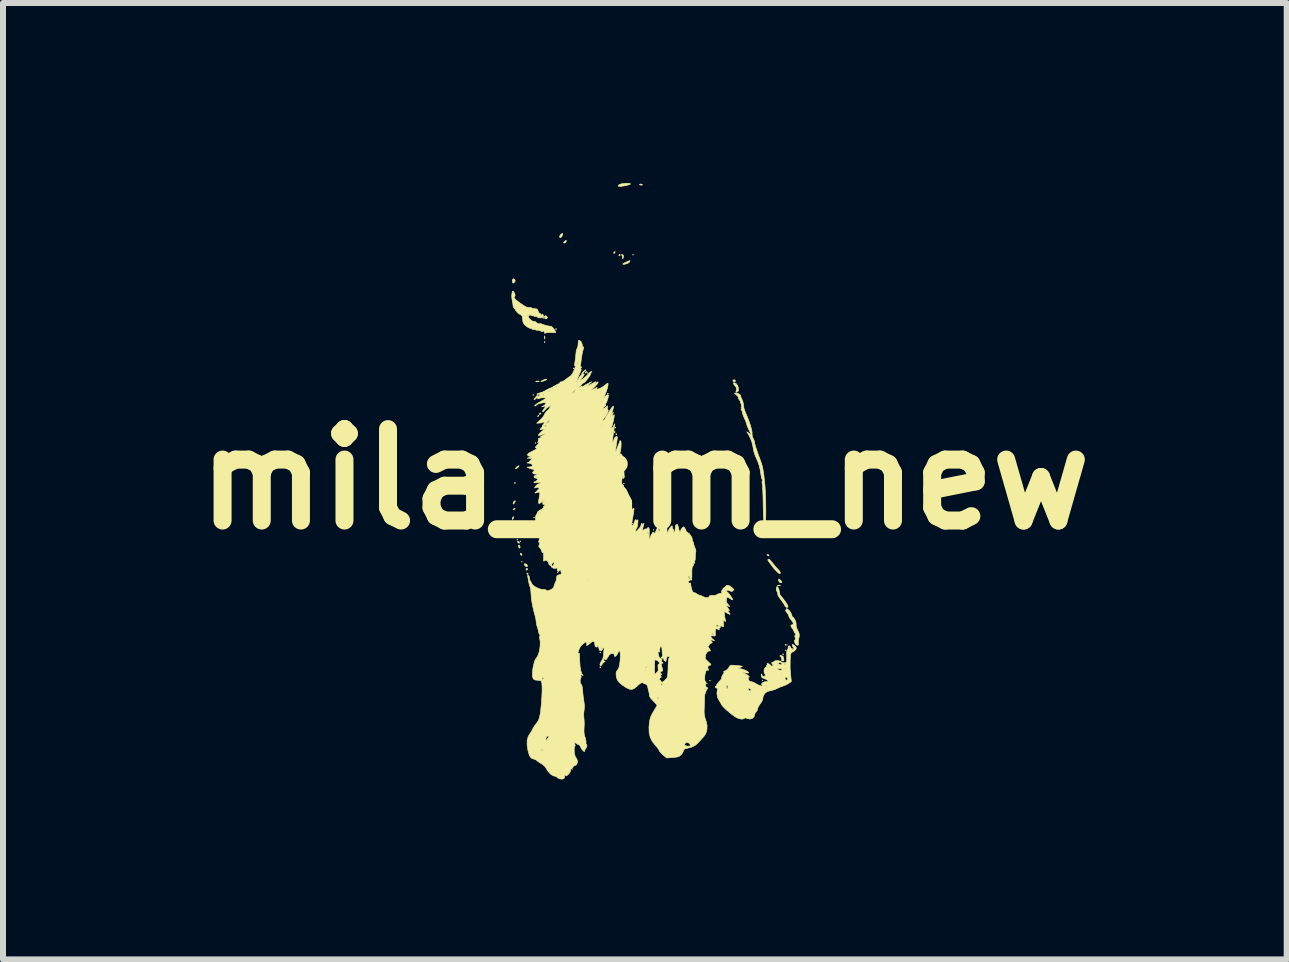
<source format=kicad_pcb>
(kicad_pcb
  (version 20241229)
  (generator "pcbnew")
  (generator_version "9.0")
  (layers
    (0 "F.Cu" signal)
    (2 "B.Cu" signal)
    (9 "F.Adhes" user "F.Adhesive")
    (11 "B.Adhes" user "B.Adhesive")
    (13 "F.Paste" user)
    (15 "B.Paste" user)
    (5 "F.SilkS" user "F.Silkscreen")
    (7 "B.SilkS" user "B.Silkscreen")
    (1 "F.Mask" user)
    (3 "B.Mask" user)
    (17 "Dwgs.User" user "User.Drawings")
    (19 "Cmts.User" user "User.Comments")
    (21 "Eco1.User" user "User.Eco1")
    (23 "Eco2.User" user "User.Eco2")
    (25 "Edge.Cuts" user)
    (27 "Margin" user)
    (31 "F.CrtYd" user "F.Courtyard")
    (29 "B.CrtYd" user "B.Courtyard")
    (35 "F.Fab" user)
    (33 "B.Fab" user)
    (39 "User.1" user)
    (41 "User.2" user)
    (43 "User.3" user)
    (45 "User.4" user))
  (footprint "mila_sm_new"
    (layer "F.Cu")
    (at 7.7 4.938)
    (property "Reference" "mila_sm_new" (at 0 0 0) (layer "F.SilkS") (effects (font (size 1.524 1.524) (thickness 0.3))))
    (attr through_hole)
    (fp_poly (pts (xy -2.121 1.01) (xy -2.127 1.016) (xy -2.134 1.01) (xy -2.127 1.003) (xy -2.121 1.01)) (stroke (width 0.01) (type solid)) (fill yes) (layer "F.SilkS"))
    (fp_poly (pts (xy -2.07 1.035) (xy -2.076 1.041) (xy -2.083 1.035) (xy -2.076 1.029) (xy -2.07 1.035)) (stroke (width 0.01) (type solid)) (fill yes) (layer "F.SilkS"))
    (fp_poly (pts (xy -2.045 1.378) (xy -2.051 1.384) (xy -2.057 1.378) (xy -2.051 1.372) (xy -2.045 1.378)) (stroke (width 0.01) (type solid)) (fill yes) (layer "F.SilkS"))
    (fp_poly (pts (xy -1.854 -1.403) (xy -1.861 -1.397) (xy -1.867 -1.403) (xy -1.861 -1.41) (xy -1.854 -1.403)) (stroke (width 0.01) (type solid)) (fill yes) (layer "F.SilkS"))
    (fp_poly (pts (xy -1.841 0.641) (xy -1.848 0.648) (xy -1.854 0.641) (xy -1.848 0.635) (xy -1.841 0.641)) (stroke (width 0.01) (type solid)) (fill yes) (layer "F.SilkS"))
    (fp_poly (pts (xy -1.816 -0.603) (xy -1.822 -0.597) (xy -1.829 -0.603) (xy -1.822 -0.61) (xy -1.816 -0.603)) (stroke (width 0.01) (type solid)) (fill yes) (layer "F.SilkS"))
    (fp_poly (pts (xy -1.448 1.556) (xy -1.454 1.562) (xy -1.46 1.556) (xy -1.454 1.549) (xy -1.448 1.556)) (stroke (width 0.01) (type solid)) (fill yes) (layer "F.SilkS"))
    (fp_poly (pts (xy -1.206 4.832) (xy -1.213 4.839) (xy -1.219 4.832) (xy -1.213 4.826) (xy -1.206 4.832)) (stroke (width 0.01) (type solid)) (fill yes) (layer "F.SilkS"))
    (fp_poly (pts (xy -1.181 -1.848) (xy -1.187 -1.841) (xy -1.194 -1.848) (xy -1.187 -1.854) (xy -1.181 -1.848)) (stroke (width 0.01) (type solid)) (fill yes) (layer "F.SilkS"))
    (fp_poly (pts (xy -0.953 -1.772) (xy -0.959 -1.765) (xy -0.965 -1.772) (xy -0.959 -1.778) (xy -0.953 -1.772)) (stroke (width 0.01) (type solid)) (fill yes) (layer "F.SilkS"))
    (fp_poly (pts (xy -0.737 2.889) (xy -0.743 2.896) (xy -0.749 2.889) (xy -0.743 2.883) (xy -0.737 2.889)) (stroke (width 0.01) (type solid)) (fill yes) (layer "F.SilkS"))
    (fp_poly (pts (xy -0.61 -1.429) (xy -0.616 -1.422) (xy -0.622 -1.429) (xy -0.616 -1.435) (xy -0.61 -1.429)) (stroke (width 0.01) (type solid)) (fill yes) (layer "F.SilkS"))
    (fp_poly (pts (xy -0.483 -0.857) (xy -0.489 -0.851) (xy -0.495 -0.857) (xy -0.489 -0.864) (xy -0.483 -0.857)) (stroke (width 0.01) (type solid)) (fill yes) (layer "F.SilkS"))
    (fp_poly (pts (xy -0.343 0.07) (xy -0.349 0.076) (xy -0.356 0.07) (xy -0.349 0.064) (xy -0.343 0.07)) (stroke (width 0.01) (type solid)) (fill yes) (layer "F.SilkS"))
    (fp_poly (pts (xy -0.203 0.743) (xy -0.21 0.749) (xy -0.216 0.743) (xy -0.21 0.737) (xy -0.203 0.743)) (stroke (width 0.01) (type solid)) (fill yes) (layer "F.SilkS"))
    (fp_poly (pts (xy -0.191 -3.74) (xy -0.197 -3.734) (xy -0.203 -3.74) (xy -0.197 -3.747) (xy -0.191 -3.74)) (stroke (width 0.01) (type solid)) (fill yes) (layer "F.SilkS"))
    (fp_poly (pts (xy 0.152 0.845) (xy 0.146 0.851) (xy 0.14 0.845) (xy 0.146 0.838) (xy 0.152 0.845)) (stroke (width 0.01) (type solid)) (fill yes) (layer "F.SilkS"))
    (fp_poly (pts (xy 1.041 3.41) (xy 1.035 3.416) (xy 1.029 3.41) (xy 1.035 3.404) (xy 1.041 3.41)) (stroke (width 0.01) (type solid)) (fill yes) (layer "F.SilkS"))
    (fp_poly (pts (xy 1.092 3.359) (xy 1.086 3.365) (xy 1.079 3.359) (xy 1.086 3.353) (xy 1.092 3.359)) (stroke (width 0.01) (type solid)) (fill yes) (layer "F.SilkS"))
    (fp_poly (pts (xy 1.968 3.359) (xy 1.962 3.365) (xy 1.956 3.359) (xy 1.962 3.353) (xy 1.968 3.359)) (stroke (width 0.01) (type solid)) (fill yes) (layer "F.SilkS"))
    (fp_poly (pts (xy 2.349 2.762) (xy 2.343 2.769) (xy 2.337 2.762) (xy 2.343 2.756) (xy 2.349 2.762)) (stroke (width 0.01) (type solid)) (fill yes) (layer "F.SilkS"))
    (fp_poly (pts (xy 2.349 2.851) (xy 2.343 2.857) (xy 2.337 2.851) (xy 2.343 2.845) (xy 2.349 2.851)) (stroke (width 0.01) (type solid)) (fill yes) (layer "F.SilkS"))
    (fp_poly (pts (xy 2.375 2.762) (xy 2.369 2.769) (xy 2.362 2.762) (xy 2.369 2.756) (xy 2.375 2.762)) (stroke (width 0.01) (type solid)) (fill yes) (layer "F.SilkS"))
    (fp_poly (pts (xy -2.163 0.055) (xy -2.162 0.07) (xy -2.163 0.072) (xy -2.171 0.07) (xy -2.172 0.064) (xy -2.167 0.053) (xy -2.163 0.055)) (stroke (width 0.01) (type solid)) (fill yes) (layer "F.SilkS"))
    (fp_poly (pts (xy -1.668 -2.294) (xy -1.666 -2.279) (xy -1.668 -2.278) (xy -1.675 -2.279) (xy -1.676 -2.286) (xy -1.672 -2.296) (xy -1.668 -2.294)) (stroke (width 0.01) (type solid)) (fill yes) (layer "F.SilkS"))
    (fp_poly (pts (xy -1.477 -2.51) (xy -1.476 -2.495) (xy -1.477 -2.493) (xy -1.485 -2.495) (xy -1.486 -2.502) (xy -1.481 -2.512) (xy -1.477 -2.51)) (stroke (width 0.01) (type solid)) (fill yes) (layer "F.SilkS"))
    (fp_poly (pts (xy -0.741 3.128) (xy -0.739 3.144) (xy -0.741 3.145) (xy -0.748 3.144) (xy -0.749 3.137) (xy -0.745 3.126) (xy -0.741 3.128)) (stroke (width 0.01) (type solid)) (fill yes) (layer "F.SilkS"))
    (fp_poly (pts (xy -0.5 -0.803) (xy -0.498 -0.777) (xy -0.5 -0.772) (xy -0.504 -0.77) (xy -0.506 -0.787) (xy -0.504 -0.805) (xy -0.5 -0.803)) (stroke (width 0.01) (type solid)) (fill yes) (layer "F.SilkS"))
    (fp_poly (pts (xy -0.474 -0.758) (xy -0.473 -0.743) (xy -0.474 -0.741) (xy -0.482 -0.743) (xy -0.483 -0.749) (xy -0.478 -0.76) (xy -0.474 -0.758)) (stroke (width 0.01) (type solid)) (fill yes) (layer "F.SilkS"))
    (fp_poly (pts (xy 2.307 2.913) (xy 2.309 2.928) (xy 2.307 2.929) (xy 2.3 2.928) (xy 2.299 2.921) (xy 2.303 2.911) (xy 2.307 2.913)) (stroke (width 0.01) (type solid)) (fill yes) (layer "F.SilkS"))
    (fp_poly (pts (xy -2.165 0.495) (xy -2.179 0.506) (xy -2.194 0.508) (xy -2.197 0.503) (xy -2.187 0.495) (xy -2.177 0.49) (xy -2.164 0.49) (xy -2.165 0.495)) (stroke (width 0.01) (type solid)) (fill yes) (layer "F.SilkS"))
    (fp_poly (pts (xy -2.132 0.936) (xy -2.131 0.937) (xy -2.123 0.959) (xy -2.124 0.967) (xy -2.13 0.97) (xy -2.137 0.954) (xy -2.14 0.934) (xy -2.132 0.936)) (stroke (width 0.01) (type solid)) (fill yes) (layer "F.SilkS"))
    (fp_poly (pts (xy -0.971 -1.795) (xy -0.973 -1.785) (xy -0.983 -1.767) (xy -0.99 -1.77) (xy -0.991 -1.777) (xy -0.981 -1.794) (xy -0.978 -1.797) (xy -0.971 -1.795)) (stroke (width 0.01) (type solid)) (fill yes) (layer "F.SilkS"))
    (fp_poly (pts (xy -2.188 0.643) (xy -2.197 0.66) (xy -2.207 0.672) (xy -2.21 0.661) (xy -2.21 0.658) (xy -2.203 0.635) (xy -2.197 0.629) (xy -2.186 0.628) (xy -2.188 0.643)) (stroke (width 0.01) (type solid)) (fill yes) (layer "F.SilkS"))
    (fp_poly (pts (xy -2.111 1.035) (xy -2.093 1.055) (xy -2.09 1.057) (xy -2.09 1.065) (xy -2.1 1.067) (xy -2.118 1.056) (xy -2.121 1.045) (xy -2.117 1.032) (xy -2.111 1.035)) (stroke (width 0.01) (type solid)) (fill yes) (layer "F.SilkS"))
    (fp_poly (pts (xy -2.085 1.108) (xy -2.079 1.132) (xy -2.082 1.142) (xy -2.092 1.15) (xy -2.101 1.134) (xy -2.102 1.131) (xy -2.106 1.104) (xy -2.1 1.097) (xy -2.085 1.108)) (stroke (width 0.01) (type solid)) (fill yes) (layer "F.SilkS"))
    (fp_poly (pts (xy -2.052 1.246) (xy -2.047 1.262) (xy -2.054 1.27) (xy -2.055 1.27) (xy -2.07 1.26) (xy -2.075 1.25) (xy -2.075 1.235) (xy -2.068 1.235) (xy -2.052 1.246)) (stroke (width 0.01) (type solid)) (fill yes) (layer "F.SilkS"))
    (fp_poly (pts (xy -1.956 1.495) (xy -1.956 1.498) (xy -1.965 1.515) (xy -1.968 1.518) (xy -1.979 1.515) (xy -1.981 1.506) (xy -1.975 1.488) (xy -1.968 1.486) (xy -1.956 1.495)) (stroke (width 0.01) (type solid)) (fill yes) (layer "F.SilkS"))
    (fp_poly (pts (xy -1.956 1.568) (xy -1.944 1.58) (xy -1.943 1.582) (xy -1.953 1.587) (xy -1.956 1.587) (xy -1.968 1.578) (xy -1.968 1.574) (xy -1.961 1.566) (xy -1.956 1.568)) (stroke (width 0.01) (type solid)) (fill yes) (layer "F.SilkS"))
    (fp_poly (pts (xy -1.776 -1.636) (xy -1.76 -1.632) (xy -1.765 -1.628) (xy -1.788 -1.624) (xy -1.814 -1.622) (xy -1.819 -1.627) (xy -1.818 -1.629) (xy -1.797 -1.636) (xy -1.776 -1.636)) (stroke (width 0.01) (type solid)) (fill yes) (layer "F.SilkS"))
    (fp_poly (pts (xy -1.769 -1.059) (xy -1.772 -1.054) (xy -1.784 -1.042) (xy -1.786 -1.041) (xy -1.787 -1.05) (xy -1.784 -1.054) (xy -1.772 -1.066) (xy -1.77 -1.067) (xy -1.769 -1.059)) (stroke (width 0.01) (type solid)) (fill yes) (layer "F.SilkS"))
    (fp_poly (pts (xy -1.732 -1.097) (xy -1.734 -1.092) (xy -1.75 -1.08) (xy -1.754 -1.079) (xy -1.761 -1.087) (xy -1.759 -1.092) (xy -1.742 -1.104) (xy -1.738 -1.105) (xy -1.732 -1.097)) (stroke (width 0.01) (type solid)) (fill yes) (layer "F.SilkS"))
    (fp_poly (pts (xy -1.668 -2.384) (xy -1.666 -2.352) (xy -1.668 -2.34) (xy -1.671 -2.336) (xy -1.673 -2.354) (xy -1.673 -2.362) (xy -1.672 -2.385) (xy -1.669 -2.388) (xy -1.668 -2.384)) (stroke (width 0.01) (type solid)) (fill yes) (layer "F.SilkS"))
    (fp_poly (pts (xy -1.309 -3.978) (xy -1.312 -3.957) (xy -1.33 -3.939) (xy -1.341 -3.937) (xy -1.355 -3.939) (xy -1.351 -3.949) (xy -1.34 -3.962) (xy -1.319 -3.98) (xy -1.309 -3.978)) (stroke (width 0.01) (type solid)) (fill yes) (layer "F.SilkS"))
    (fp_poly (pts (xy -0.496 -3.79) (xy -0.495 -3.786) (xy -0.505 -3.768) (xy -0.508 -3.766) (xy -0.52 -3.766) (xy -0.521 -3.77) (xy -0.511 -3.788) (xy -0.508 -3.791) (xy -0.496 -3.79)) (stroke (width 0.01) (type solid)) (fill yes) (layer "F.SilkS"))
    (fp_poly (pts (xy -0.411 -3.739) (xy -0.413 -3.734) (xy -0.424 -3.722) (xy -0.426 -3.721) (xy -0.432 -3.731) (xy -0.432 -3.734) (xy -0.422 -3.746) (xy -0.418 -3.747) (xy -0.411 -3.739)) (stroke (width 0.01) (type solid)) (fill yes) (layer "F.SilkS"))
    (fp_poly (pts (xy -0.064 -4.919) (xy -0.043 -4.911) (xy -0.038 -4.907) (xy -0.049 -4.903) (xy -0.064 -4.902) (xy -0.084 -4.907) (xy -0.089 -4.914) (xy -0.079 -4.92) (xy -0.064 -4.919)) (stroke (width 0.01) (type solid)) (fill yes) (layer "F.SilkS"))
    (fp_poly (pts (xy 1.994 0.881) (xy 1.994 0.886) (xy 1.991 0.91) (xy 1.982 0.911) (xy 1.976 0.904) (xy 1.977 0.886) (xy 1.982 0.876) (xy 1.991 0.867) (xy 1.994 0.881)) (stroke (width 0.01) (type solid)) (fill yes) (layer "F.SilkS"))
    (fp_poly (pts (xy 2.067 1.263) (xy 2.07 1.27) (xy 2.068 1.281) (xy 2.057 1.278) (xy 2.045 1.27) (xy 2.033 1.26) (xy 2.045 1.258) (xy 2.048 1.257) (xy 2.067 1.263)) (stroke (width 0.01) (type solid)) (fill yes) (layer "F.SilkS"))
    (fp_poly (pts (xy 2.257 1.769) (xy 2.261 1.773) (xy 2.244 1.775) (xy 2.235 1.775) (xy 2.212 1.774) (xy 2.209 1.77) (xy 2.213 1.769) (xy 2.245 1.767) (xy 2.257 1.769)) (stroke (width 0.01) (type solid)) (fill yes) (layer "F.SilkS"))
    (fp_poly (pts (xy -2.16 0.369) (xy -2.171 0.391) (xy -2.178 0.401) (xy -2.191 0.416) (xy -2.196 0.412) (xy -2.197 0.405) (xy -2.188 0.38) (xy -2.178 0.368) (xy -2.163 0.36) (xy -2.16 0.369)) (stroke (width 0.01) (type solid)) (fill yes) (layer "F.SilkS"))
    (fp_poly (pts (xy -1.976 1.417) (xy -1.96 1.432) (xy -1.957 1.449) (xy -1.968 1.46) (xy -1.972 1.46) (xy -1.99 1.451) (xy -2.004 1.435) (xy -2.011 1.415) (xy -2 1.41) (xy -1.976 1.417)) (stroke (width 0.01) (type solid)) (fill yes) (layer "F.SilkS"))
    (fp_poly (pts (xy -2.172 -3.331) (xy -2.167 -3.324) (xy -2.161 -3.302) (xy -2.175 -3.281) (xy -2.192 -3.267) (xy -2.2 -3.271) (xy -2.204 -3.28) (xy -2.21 -3.311) (xy -2.203 -3.333) (xy -2.189 -3.342) (xy -2.172 -3.331)) (stroke (width 0.01) (type solid)) (fill yes) (layer "F.SilkS"))
    (fp_poly (pts (xy -1.638 -1.665) (xy -1.649 -1.653) (xy -1.675 -1.641) (xy -1.678 -1.64) (xy -1.714 -1.629) (xy -1.732 -1.626) (xy -1.732 -1.632) (xy -1.714 -1.642) (xy -1.67 -1.663) (xy -1.645 -1.67) (xy -1.638 -1.665)) (stroke (width 0.01) (type solid)) (fill yes) (layer "F.SilkS"))
    (fp_poly (pts (xy -1.636 -2.716) (xy -1.626 -2.697) (xy -1.626 -2.693) (xy -1.635 -2.676) (xy -1.654 -2.672) (xy -1.671 -2.684) (xy -1.672 -2.688) (xy -1.673 -2.711) (xy -1.671 -2.717) (xy -1.655 -2.725) (xy -1.636 -2.716)) (stroke (width 0.01) (type solid)) (fill yes) (layer "F.SilkS"))
    (fp_poly (pts (xy -1.372 -4.096) (xy -1.372 -4.081) (xy -1.38 -4.053) (xy -1.398 -4.031) (xy -1.412 -4.026) (xy -1.422 -4.036) (xy -1.422 -4.043) (xy -1.414 -4.064) (xy -1.397 -4.083) (xy -1.379 -4.098) (xy -1.372 -4.096)) (stroke (width 0.01) (type solid)) (fill yes) (layer "F.SilkS"))
    (fp_poly (pts (xy -2.105 0.827) (xy -2.096 0.834) (xy -2.095 0.84) (xy -2.105 0.858) (xy -2.126 0.877) (xy -2.146 0.888) (xy -2.148 0.889) (xy -2.152 0.879) (xy -2.148 0.857) (xy -2.139 0.834) (xy -2.13 0.826) (xy -2.105 0.827)) (stroke (width 0.01) (type solid)) (fill yes) (layer "F.SilkS"))
    (fp_poly (pts (xy -2.096 -0.221) (xy -2.105 -0.206) (xy -2.128 -0.186) (xy -2.129 -0.185) (xy -2.151 -0.172) (xy -2.157 -0.176) (xy -2.157 -0.178) (xy -2.146 -0.194) (xy -2.126 -0.211) (xy -2.107 -0.222) (xy -2.096 -0.223) (xy -2.096 -0.221)) (stroke (width 0.01) (type solid)) (fill yes) (layer "F.SilkS"))
    (fp_poly (pts (xy -0.362 -3.736) (xy -0.355 -3.713) (xy -0.359 -3.689) (xy -0.368 -3.677) (xy -0.375 -3.679) (xy -0.373 -3.689) (xy -0.374 -3.714) (xy -0.381 -3.728) (xy -0.39 -3.743) (xy -0.378 -3.746) (xy -0.376 -3.747) (xy -0.362 -3.736)) (stroke (width 0.01) (type solid)) (fill yes) (layer "F.SilkS"))
    (fp_poly (pts (xy 2.25 1.673) (xy 2.269 1.692) (xy 2.284 1.712) (xy 2.286 1.719) (xy 2.277 1.727) (xy 2.258 1.725) (xy 2.241 1.713) (xy 2.239 1.711) (xy 2.229 1.686) (xy 2.229 1.668) (xy 2.234 1.664) (xy 2.25 1.673)) (stroke (width 0.01) (type solid)) (fill yes) (layer "F.SilkS"))
    (fp_poly (pts (xy -0.247 -3.642) (xy -0.251 -3.631) (xy -0.26 -3.616) (xy -0.278 -3.602) (xy -0.306 -3.591) (xy -0.337 -3.583) (xy -0.36 -3.581) (xy -0.368 -3.587) (xy -0.358 -3.595) (xy -0.332 -3.609) (xy -0.3 -3.624) (xy -0.27 -3.637) (xy -0.25 -3.642) (xy -0.247 -3.642)) (stroke (width 0.01) (type solid)) (fill yes) (layer "F.SilkS"))
    (fp_poly (pts (xy -0.263 -4.932) (xy -0.249 -4.929) (xy -0.239 -4.922) (xy -0.247 -4.915) (xy -0.275 -4.905) (xy -0.323 -4.893) (xy -0.371 -4.885) (xy -0.411 -4.881) (xy -0.437 -4.883) (xy -0.445 -4.888) (xy -0.435 -4.904) (xy -0.422 -4.913) (xy -0.391 -4.923) (xy -0.347 -4.93) (xy -0.301 -4.933) (xy -0.263 -4.932)) (stroke (width 0.01) (type solid)) (fill yes) (layer "F.SilkS"))
    (fp_poly (pts (xy 1.502 -1.655) (xy 1.511 -1.637) (xy 1.511 -1.636) (xy 1.502 -1.627) (xy 1.483 -1.627) (xy 1.468 -1.637) (xy 1.469 -1.645) (xy 1.486 -1.645) (xy 1.492 -1.638) (xy 1.499 -1.645) (xy 1.492 -1.651) (xy 1.486 -1.645) (xy 1.469 -1.645) (xy 1.471 -1.651) (xy 1.478 -1.655) (xy 1.502 -1.655)) (stroke (width 0.01) (type solid)) (fill yes) (layer "F.SilkS"))
    (fp_poly (pts (xy 2.283 2.942) (xy 2.283 2.942) (xy 2.306 2.957) (xy 2.311 2.972) (xy 2.315 3.002) (xy 2.318 3.013) (xy 2.314 3.027) (xy 2.297 3.032) (xy 2.281 3.026) (xy 2.28 3.011) (xy 2.283 3) (xy 2.279 2.978) (xy 2.267 2.964) (xy 2.25 2.947) (xy 2.256 2.939) (xy 2.283 2.942)) (stroke (width 0.01) (type solid)) (fill yes) (layer "F.SilkS"))
    (fp_poly (pts (xy 1.494 -1.608) (xy 1.521 -1.594) (xy 1.543 -1.566) (xy 1.557 -1.531) (xy 1.561 -1.495) (xy 1.555 -1.466) (xy 1.535 -1.451) (xy 1.533 -1.45) (xy 1.519 -1.45) (xy 1.519 -1.464) (xy 1.524 -1.48) (xy 1.53 -1.506) (xy 1.522 -1.53) (xy 1.505 -1.552) (xy 1.48 -1.585) (xy 1.475 -1.603) (xy 1.489 -1.608) (xy 1.494 -1.608)) (stroke (width 0.01) (type solid)) (fill yes) (layer "F.SilkS"))
    (fp_poly (pts (xy 2.073 1.336) (xy 2.097 1.358) (xy 2.127 1.395) (xy 2.161 1.438) (xy 2.196 1.479) (xy 2.221 1.504) (xy 2.248 1.535) (xy 2.26 1.559) (xy 2.255 1.573) (xy 2.246 1.575) (xy 2.23 1.566) (xy 2.204 1.544) (xy 2.186 1.526) (xy 2.155 1.492) (xy 2.129 1.46) (xy 2.121 1.448) (xy 2.099 1.418) (xy 2.073 1.384) (xy 2.071 1.381) (xy 2.052 1.355) (xy 2.051 1.339) (xy 2.057 1.334) (xy 2.073 1.336)) (stroke (width 0.01) (type solid)) (fill yes) (layer "F.SilkS"))
    (fp_poly (pts (xy 2.219 1.802) (xy 2.231 1.829) (xy 2.241 1.862) (xy 2.247 1.894) (xy 2.248 1.902) (xy 2.252 1.927) (xy 2.259 1.936) (xy 2.271 1.948) (xy 2.293 1.977) (xy 2.322 2.015) (xy 2.334 2.03) (xy 2.369 2.082) (xy 2.386 2.118) (xy 2.385 2.136) (xy 2.365 2.137) (xy 2.358 2.135) (xy 2.34 2.124) (xy 2.336 2.117) (xy 2.334 2.108) (xy 2.326 2.092) (xy 2.308 2.065) (xy 2.278 2.024) (xy 2.251 1.986) (xy 2.229 1.953) (xy 2.217 1.927) (xy 2.216 1.917) (xy 2.215 1.9) (xy 2.203 1.874) (xy 2.192 1.846) (xy 2.191 1.817) (xy 2.198 1.795) (xy 2.208 1.791) (xy 2.219 1.802)) (stroke (width 0.01) (type solid)) (fill yes) (layer "F.SilkS"))
    (fp_poly (pts (xy 2.385 2.169) (xy 2.411 2.195) (xy 2.434 2.228) (xy 2.447 2.26) (xy 2.455 2.287) (xy 2.464 2.299) (xy 2.464 2.299) (xy 2.481 2.31) (xy 2.498 2.336) (xy 2.514 2.371) (xy 2.522 2.403) (xy 2.522 2.419) (xy 2.523 2.455) (xy 2.533 2.486) (xy 2.556 2.535) (xy 2.57 2.568) (xy 2.575 2.595) (xy 2.573 2.624) (xy 2.566 2.657) (xy 2.56 2.699) (xy 2.558 2.734) (xy 2.56 2.747) (xy 2.56 2.764) (xy 2.543 2.769) (xy 2.518 2.756) (xy 2.501 2.729) (xy 2.492 2.701) (xy 2.495 2.685) (xy 2.502 2.679) (xy 2.513 2.667) (xy 2.508 2.645) (xy 2.504 2.635) (xy 2.497 2.614) (xy 2.501 2.61) (xy 2.502 2.61) (xy 2.512 2.606) (xy 2.515 2.592) (xy 2.509 2.571) (xy 2.502 2.565) (xy 2.491 2.555) (xy 2.489 2.545) (xy 2.481 2.523) (xy 2.462 2.493) (xy 2.457 2.487) (xy 2.436 2.454) (xy 2.436 2.434) (xy 2.456 2.426) (xy 2.458 2.426) (xy 2.474 2.418) (xy 2.472 2.396) (xy 2.453 2.363) (xy 2.438 2.345) (xy 2.415 2.315) (xy 2.402 2.289) (xy 2.4 2.282) (xy 2.393 2.26) (xy 2.373 2.231) (xy 2.367 2.223) (xy 2.35 2.199) (xy 2.347 2.186) (xy 2.349 2.184) (xy 2.358 2.177) (xy 2.356 2.172) (xy 2.357 2.16) (xy 2.362 2.159) (xy 2.385 2.169)) (stroke (width 0.01) (type solid)) (fill yes) (layer "F.SilkS"))
    (fp_poly (pts (xy 1.562 -1.426) (xy 1.59 -1.404) (xy 1.6 -1.377) (xy 1.607 -1.352) (xy 1.619 -1.33) (xy 1.632 -1.299) (xy 1.642 -1.257) (xy 1.643 -1.244) (xy 1.647 -1.212) (xy 1.652 -1.184) (xy 1.661 -1.155) (xy 1.675 -1.117) (xy 1.698 -1.064) (xy 1.702 -1.054) (xy 1.733 -0.975) (xy 1.759 -0.901) (xy 1.777 -0.836) (xy 1.787 -0.785) (xy 1.787 -0.755) (xy 1.791 -0.712) (xy 1.805 -0.681) (xy 1.821 -0.646) (xy 1.829 -0.616) (xy 1.829 -0.614) (xy 1.833 -0.587) (xy 1.846 -0.541) (xy 1.867 -0.479) (xy 1.893 -0.404) (xy 1.924 -0.32) (xy 1.928 -0.308) (xy 1.945 -0.26) (xy 1.959 -0.212) (xy 1.97 -0.158) (xy 1.98 -0.093) (xy 1.99 -0.013) (xy 2 0.079) (xy 2.005 0.142) (xy 2.009 0.215) (xy 2.013 0.296) (xy 2.015 0.38) (xy 2.016 0.463) (xy 2.017 0.541) (xy 2.016 0.611) (xy 2.014 0.67) (xy 2.011 0.712) (xy 2.007 0.734) (xy 2.005 0.737) (xy 1.991 0.727) (xy 1.986 0.721) (xy 1.983 0.704) (xy 1.98 0.665) (xy 1.977 0.61) (xy 1.975 0.54) (xy 1.973 0.461) (xy 1.973 0.432) (xy 1.971 0.346) (xy 1.969 0.265) (xy 1.966 0.193) (xy 1.963 0.136) (xy 1.959 0.098) (xy 1.958 0.092) (xy 1.953 0.049) (xy 1.956 0.028) (xy 1.959 0.025) (xy 1.963 0.018) (xy 1.957 0.008) (xy 1.947 -0.015) (xy 1.939 -0.052) (xy 1.937 -0.063) (xy 1.925 -0.147) (xy 1.905 -0.23) (xy 1.88 -0.302) (xy 1.865 -0.335) (xy 1.844 -0.381) (xy 1.825 -0.435) (xy 1.812 -0.483) (xy 1.809 -0.502) (xy 1.793 -0.588) (xy 1.784 -0.616) (xy 1.791 -0.616) (xy 1.797 -0.61) (xy 1.803 -0.616) (xy 1.797 -0.622) (xy 1.791 -0.616) (xy 1.784 -0.616) (xy 1.764 -0.674) (xy 1.727 -0.747) (xy 1.723 -0.754) (xy 1.698 -0.79) (xy 1.726 -0.773) (xy 1.746 -0.757) (xy 1.753 -0.746) (xy 1.762 -0.737) (xy 1.766 -0.737) (xy 1.769 -0.746) (xy 1.76 -0.771) (xy 1.754 -0.784) (xy 1.726 -0.839) (xy 1.705 -0.889) (xy 1.695 -0.926) (xy 1.695 -0.927) (xy 1.688 -0.948) (xy 1.674 -0.984) (xy 1.659 -1.016) (xy 1.641 -1.058) (xy 1.629 -1.094) (xy 1.626 -1.112) (xy 1.619 -1.141) (xy 1.61 -1.153) (xy 1.602 -1.166) (xy 1.614 -1.169) (xy 1.625 -1.171) (xy 1.615 -1.18) (xy 1.613 -1.181) (xy 1.601 -1.191) (xy 1.611 -1.194) (xy 1.622 -1.198) (xy 1.615 -1.211) (xy 1.606 -1.229) (xy 1.608 -1.236) (xy 1.608 -1.251) (xy 1.6 -1.264) (xy 1.59 -1.283) (xy 1.591 -1.291) (xy 1.589 -1.304) (xy 1.573 -1.325) (xy 1.559 -1.345) (xy 1.561 -1.356) (xy 1.561 -1.356) (xy 1.56 -1.366) (xy 1.544 -1.387) (xy 1.533 -1.397) (xy 1.492 -1.434) (xy 1.526 -1.435) (xy 1.562 -1.426)) (stroke (width 0.01) (type solid)) (fill yes) (layer "F.SilkS"))
    (fp_poly (pts (xy -2.187 -3.126) (xy -2.173 -3.101) (xy -2.171 -3.098) (xy -2.162 -3.068) (xy -2.166 -3.052) (xy -2.17 -3.049) (xy -2.18 -3.034) (xy -2.172 -3.013) (xy -2.143 -2.984) (xy -2.093 -2.945) (xy -2.066 -2.926) (xy -2.014 -2.892) (xy -1.978 -2.871) (xy -1.951 -2.862) (xy -1.929 -2.862) (xy -1.929 -2.862) (xy -1.902 -2.863) (xy -1.89 -2.856) (xy -1.875 -2.847) (xy -1.846 -2.842) (xy -1.838 -2.842) (xy -1.806 -2.839) (xy -1.789 -2.826) (xy -1.778 -2.799) (xy -1.765 -2.773) (xy -1.754 -2.762) (xy -1.751 -2.763) (xy -1.739 -2.758) (xy -1.728 -2.741) (xy -1.719 -2.723) (xy -1.716 -2.728) (xy -1.715 -2.734) (xy -1.709 -2.75) (xy -1.702 -2.75) (xy -1.693 -2.733) (xy -1.691 -2.702) (xy -1.691 -2.701) (xy -1.693 -2.68) (xy -1.697 -2.68) (xy -1.698 -2.683) (xy -1.707 -2.698) (xy -1.727 -2.692) (xy -1.749 -2.687) (xy -1.757 -2.696) (xy -1.763 -2.704) (xy -1.764 -2.695) (xy -1.769 -2.686) (xy -1.785 -2.698) (xy -1.786 -2.699) (xy -1.809 -2.712) (xy -1.824 -2.713) (xy -1.843 -2.714) (xy -1.848 -2.719) (xy -1.864 -2.725) (xy -1.868 -2.723) (xy -1.887 -2.724) (xy -1.9 -2.732) (xy -1.918 -2.741) (xy -1.931 -2.73) (xy -1.931 -2.73) (xy -1.941 -2.711) (xy -1.938 -2.695) (xy -1.922 -2.673) (xy -1.912 -2.663) (xy -1.88 -2.638) (xy -1.848 -2.629) (xy -1.824 -2.626) (xy -1.816 -2.619) (xy -1.806 -2.608) (xy -1.784 -2.595) (xy -1.761 -2.588) (xy -1.753 -2.592) (xy -1.743 -2.596) (xy -1.72 -2.587) (xy -1.718 -2.586) (xy -1.686 -2.574) (xy -1.645 -2.562) (xy -1.605 -2.553) (xy -1.576 -2.55) (xy -1.571 -2.551) (xy -1.554 -2.544) (xy -1.531 -2.522) (xy -1.508 -2.493) (xy -1.491 -2.464) (xy -1.486 -2.446) (xy -1.497 -2.444) (xy -1.527 -2.443) (xy -1.559 -2.444) (xy -1.603 -2.444) (xy -1.639 -2.441) (xy -1.654 -2.436) (xy -1.671 -2.432) (xy -1.676 -2.448) (xy -1.676 -2.452) (xy -1.68 -2.471) (xy -1.691 -2.467) (xy -1.693 -2.466) (xy -1.713 -2.459) (xy -1.738 -2.471) (xy -1.767 -2.483) (xy -1.79 -2.483) (xy -1.813 -2.483) (xy -1.822 -2.489) (xy -1.84 -2.497) (xy -1.855 -2.495) (xy -1.875 -2.494) (xy -1.88 -2.501) (xy -1.886 -2.512) (xy -1.889 -2.512) (xy -1.917 -2.515) (xy -1.953 -2.533) (xy -1.99 -2.56) (xy -1.999 -2.568) (xy -2.024 -2.6) (xy -2.035 -2.634) (xy -2.037 -2.665) (xy -2.04 -2.702) (xy -2.049 -2.724) (xy -1.968 -2.724) (xy -1.962 -2.718) (xy -1.956 -2.724) (xy -1.962 -2.731) (xy -1.968 -2.724) (xy -2.049 -2.724) (xy -2.049 -2.725) (xy -2.072 -2.742) (xy -2.086 -2.749) (xy -2.115 -2.769) (xy -2.132 -2.786) (xy -2.134 -2.791) (xy -2.143 -2.806) (xy -2.148 -2.807) (xy -2.157 -2.812) (xy -2.155 -2.815) (xy -2.157 -2.828) (xy -2.172 -2.841) (xy -2.189 -2.864) (xy -2.172 -2.864) (xy -2.165 -2.857) (xy -2.159 -2.864) (xy -2.165 -2.87) (xy -2.172 -2.864) (xy -2.189 -2.864) (xy -2.192 -2.867) (xy -2.197 -2.889) (xy -2.2 -2.919) (xy -2.207 -2.961) (xy -2.212 -2.982) (xy -2.218 -3.025) (xy -2.219 -3.069) (xy -2.214 -3.107) (xy -2.206 -3.131) (xy -2.198 -3.137) (xy -2.187 -3.126)) (stroke (width 0.01) (type solid)) (fill yes) (layer "F.SilkS"))
    (fp_poly (pts (xy 2.468 2.756) (xy 2.491 2.772) (xy 2.515 2.794) (xy 2.527 2.813) (xy 2.527 2.815) (xy 2.518 2.838) (xy 2.495 2.862) (xy 2.468 2.879) (xy 2.463 2.881) (xy 2.446 2.889) (xy 2.435 2.906) (xy 2.428 2.938) (xy 2.424 2.988) (xy 2.423 3.016) (xy 2.422 3.076) (xy 2.422 3.119) (xy 2.422 3.156) (xy 2.425 3.194) (xy 2.429 3.244) (xy 2.432 3.271) (xy 2.442 3.374) (xy 2.401 3.403) (xy 2.363 3.425) (xy 2.316 3.445) (xy 2.302 3.45) (xy 2.256 3.466) (xy 2.212 3.486) (xy 2.201 3.492) (xy 2.162 3.509) (xy 2.114 3.522) (xy 2.095 3.525) (xy 2.037 3.543) (xy 1.995 3.576) (xy 1.972 3.622) (xy 1.968 3.649) (xy 1.956 3.695) (xy 1.924 3.745) (xy 1.899 3.781) (xy 1.883 3.814) (xy 1.88 3.829) (xy 1.871 3.858) (xy 1.854 3.88) (xy 1.835 3.907) (xy 1.829 3.931) (xy 1.818 3.966) (xy 1.79 3.99) (xy 1.751 3.999) (xy 1.709 3.991) (xy 1.7 3.987) (xy 1.674 3.979) (xy 1.66 3.987) (xy 1.63 4) (xy 1.587 3.997) (xy 1.536 3.979) (xy 1.505 3.961) (xy 1.461 3.93) (xy 1.413 3.892) (xy 1.365 3.851) (xy 1.323 3.812) (xy 1.292 3.778) (xy 1.275 3.755) (xy 1.275 3.753) (xy 1.261 3.724) (xy 1.243 3.697) (xy 1.213 3.641) (xy 1.201 3.576) (xy 1.203 3.562) (xy 1.753 3.562) (xy 1.759 3.569) (xy 1.765 3.562) (xy 1.759 3.556) (xy 1.753 3.562) (xy 1.203 3.562) (xy 1.206 3.528) (xy 1.21 3.499) (xy 1.208 3.486) (xy 1.207 3.486) (xy 1.192 3.483) (xy 1.181 3.473) (xy 1.178 3.468) (xy 1.359 3.468) (xy 1.362 3.493) (xy 1.371 3.499) (xy 1.372 3.499) (xy 1.379 3.485) (xy 1.72 3.485) (xy 1.724 3.505) (xy 1.738 3.526) (xy 1.758 3.53) (xy 1.771 3.519) (xy 1.768 3.504) (xy 1.754 3.493) (xy 1.729 3.482) (xy 1.72 3.485) (xy 1.379 3.485) (xy 1.381 3.481) (xy 1.384 3.46) (xy 1.38 3.436) (xy 1.372 3.429) (xy 1.363 3.44) (xy 1.359 3.467) (xy 1.359 3.468) (xy 1.178 3.468) (xy 1.173 3.458) (xy 1.18 3.454) (xy 1.193 3.444) (xy 1.194 3.438) (xy 1.202 3.42) (xy 1.223 3.392) (xy 1.244 3.369) (xy 1.269 3.34) (xy 1.282 3.32) (xy 1.282 3.312) (xy 1.28 3.3) (xy 1.291 3.275) (xy 1.3 3.261) (xy 1.319 3.228) (xy 1.319 3.21) (xy 1.317 3.209) (xy 1.313 3.203) (xy 1.322 3.201) (xy 1.352 3.19) (xy 1.384 3.162) (xy 1.409 3.127) (xy 1.418 3.112) (xy 1.431 3.104) (xy 1.453 3.101) (xy 1.49 3.103) (xy 1.522 3.106) (xy 1.569 3.11) (xy 1.604 3.115) (xy 1.623 3.118) (xy 1.624 3.119) (xy 1.617 3.126) (xy 1.593 3.137) (xy 1.586 3.14) (xy 1.543 3.158) (xy 1.584 3.159) (xy 1.626 3.167) (xy 1.673 3.184) (xy 1.712 3.206) (xy 1.727 3.219) (xy 1.731 3.23) (xy 1.718 3.233) (xy 1.687 3.231) (xy 1.632 3.226) (xy 1.686 3.252) (xy 1.719 3.271) (xy 1.738 3.288) (xy 1.74 3.299) (xy 1.728 3.302) (xy 1.723 3.312) (xy 1.726 3.337) (xy 1.741 3.365) (xy 1.768 3.374) (xy 1.799 3.382) (xy 1.838 3.4) (xy 1.852 3.409) (xy 1.891 3.43) (xy 1.927 3.444) (xy 1.937 3.447) (xy 1.959 3.449) (xy 1.96 3.448) (xy 2.019 3.448) (xy 2.026 3.454) (xy 2.032 3.448) (xy 2.026 3.442) (xy 2.019 3.448) (xy 1.96 3.448) (xy 1.961 3.443) (xy 1.954 3.433) (xy 1.945 3.416) (xy 1.955 3.4) (xy 1.965 3.391) (xy 2.002 3.375) (xy 2.025 3.375) (xy 2.049 3.375) (xy 2.057 3.368) (xy 2.047 3.354) (xy 2.022 3.338) (xy 1.992 3.323) (xy 1.987 3.321) (xy 2.338 3.321) (xy 2.341 3.333) (xy 2.357 3.351) (xy 2.376 3.347) (xy 2.379 3.345) (xy 2.38 3.329) (xy 2.373 3.312) (xy 2.358 3.297) (xy 2.343 3.302) (xy 2.338 3.321) (xy 1.987 3.321) (xy 1.965 3.315) (xy 1.962 3.315) (xy 1.949 3.304) (xy 1.94 3.277) (xy 1.94 3.253) (xy 1.945 3.246) (xy 1.945 3.246) (xy 1.955 3.263) (xy 1.956 3.27) (xy 1.964 3.289) (xy 1.983 3.292) (xy 2.003 3.277) (xy 2.004 3.275) (xy 2.012 3.257) (xy 2.008 3.251) (xy 1.999 3.245) (xy 2.273 3.245) (xy 2.28 3.251) (xy 2.286 3.245) (xy 2.28 3.239) (xy 2.273 3.245) (xy 1.999 3.245) (xy 1.993 3.24) (xy 1.986 3.211) (xy 1.989 3.175) (xy 1.993 3.167) (xy 2.21 3.167) (xy 2.224 3.177) (xy 2.232 3.179) (xy 2.267 3.186) (xy 2.283 3.181) (xy 2.286 3.172) (xy 2.283 3.169) (xy 2.337 3.169) (xy 2.343 3.175) (xy 2.349 3.169) (xy 2.343 3.162) (xy 2.337 3.169) (xy 2.283 3.169) (xy 2.275 3.16) (xy 2.248 3.156) (xy 2.311 3.156) (xy 2.318 3.162) (xy 2.324 3.156) (xy 2.318 3.15) (xy 2.311 3.156) (xy 2.248 3.156) (xy 2.219 3.159) (xy 2.21 3.167) (xy 1.993 3.167) (xy 1.997 3.156) (xy 2.134 3.156) (xy 2.14 3.162) (xy 2.146 3.156) (xy 2.14 3.15) (xy 2.134 3.156) (xy 1.997 3.156) (xy 2 3.148) (xy 2.007 3.143) (xy 2.045 3.143) (xy 2.051 3.15) (xy 2.057 3.143) (xy 2.051 3.137) (xy 2.045 3.143) (xy 2.007 3.143) (xy 2.015 3.137) (xy 2.015 3.137) (xy 2.027 3.131) (xy 2.026 3.125) (xy 2.028 3.109) (xy 2.032 3.105) (xy 2.04 3.09) (xy 2.038 3.085) (xy 2.037 3.074) (xy 2.05 3.073) (xy 2.071 3.082) (xy 2.091 3.096) (xy 2.094 3.1) (xy 2.111 3.118) (xy 2.123 3.117) (xy 2.134 3.104) (xy 2.143 3.09) (xy 2.138 3.09) (xy 2.124 3.087) (xy 2.118 3.074) (xy 2.223 3.074) (xy 2.233 3.084) (xy 2.256 3.093) (xy 2.278 3.093) (xy 2.286 3.086) (xy 2.284 3.081) (xy 2.328 3.081) (xy 2.33 3.086) (xy 2.342 3.098) (xy 2.344 3.099) (xy 2.349 3.089) (xy 2.349 3.086) (xy 2.34 3.074) (xy 2.336 3.073) (xy 2.328 3.081) (xy 2.284 3.081) (xy 2.276 3.067) (xy 2.253 3.058) (xy 2.235 3.061) (xy 2.223 3.074) (xy 2.118 3.074) (xy 2.117 3.072) (xy 2.116 3.053) (xy 2.127 3.053) (xy 2.146 3.049) (xy 2.151 3.04) (xy 2.168 3.029) (xy 2.198 3.024) (xy 2.232 3.026) (xy 2.26 3.035) (xy 2.27 3.044) (xy 2.285 3.055) (xy 2.315 3.061) (xy 2.319 3.061) (xy 2.34 3.06) (xy 2.354 3.055) (xy 2.362 3.041) (xy 2.365 3.015) (xy 2.365 2.97) (xy 2.364 2.924) (xy 2.364 2.877) (xy 2.369 2.85) (xy 2.375 2.845) (xy 2.386 2.835) (xy 2.386 2.829) (xy 2.389 2.804) (xy 2.39 2.8) (xy 2.4 2.8) (xy 2.407 2.807) (xy 2.413 2.8) (xy 2.407 2.794) (xy 2.4 2.8) (xy 2.39 2.8) (xy 2.393 2.791) (xy 2.404 2.777) (xy 2.419 2.785) (xy 2.431 2.803) (xy 2.43 2.81) (xy 2.435 2.818) (xy 2.445 2.819) (xy 2.459 2.824) (xy 2.459 2.83) (xy 2.462 2.839) (xy 2.469 2.841) (xy 2.482 2.832) (xy 2.481 2.813) (xy 2.469 2.796) (xy 2.458 2.777) (xy 2.456 2.766) (xy 2.457 2.754) (xy 2.468 2.756)) (stroke (width 0.01) (type solid)) (fill yes) (layer "F.SilkS"))
    (fp_poly (pts (xy -1.06 -2.289) (xy -1.044 -2.246) (xy -1.042 -2.223) (xy -1.04 -2.195) (xy -1.034 -2.19) (xy -1.028 -2.197) (xy -1.019 -2.208) (xy -1.019 -2.196) (xy -1.021 -2.191) (xy -1.028 -2.162) (xy -1.038 -2.123) (xy -1.04 -2.115) (xy -1.049 -2.07) (xy -1.057 -2.017) (xy -1.059 -1.999) (xy -1.065 -1.953) (xy -1.071 -1.912) (xy -1.074 -1.898) (xy -1.078 -1.874) (xy -1.07 -1.871) (xy -1.069 -1.872) (xy -1.056 -1.873) (xy -1.054 -1.868) (xy -1.063 -1.855) (xy -1.067 -1.854) (xy -1.079 -1.844) (xy -1.079 -1.841) (xy -1.072 -1.833) (xy -1.067 -1.835) (xy -1.06 -1.836) (xy -1.061 -1.824) (xy -1.071 -1.797) (xy -1.091 -1.751) (xy -1.098 -1.734) (xy -1.116 -1.691) (xy -1.128 -1.657) (xy -1.135 -1.632) (xy -1.135 -1.622) (xy -1.128 -1.629) (xy -1.114 -1.656) (xy -1.112 -1.661) (xy -1.093 -1.697) (xy -1.076 -1.721) (xy -1.068 -1.727) (xy -1.056 -1.734) (xy -1.056 -1.737) (xy -1.05 -1.764) (xy -1.027 -1.794) (xy -1.005 -1.811) (xy -0.985 -1.823) (xy -0.981 -1.823) (xy -0.994 -1.809) (xy -1.009 -1.792) (xy -1.031 -1.765) (xy -1.033 -1.752) (xy -1.015 -1.751) (xy -1.012 -1.751) (xy -1.011 -1.744) (xy -1.022 -1.725) (xy -1.039 -1.701) (xy -1.056 -1.68) (xy -1.067 -1.67) (xy -1.078 -1.652) (xy -1.079 -1.641) (xy -1.077 -1.627) (xy -1.071 -1.637) (xy -1.069 -1.642) (xy -1.058 -1.66) (xy -1.052 -1.661) (xy -1.04 -1.667) (xy -1.016 -1.685) (xy -0.988 -1.709) (xy -0.96 -1.735) (xy -0.941 -1.756) (xy -0.936 -1.765) (xy -0.927 -1.775) (xy -0.906 -1.787) (xy -0.885 -1.796) (xy -0.883 -1.792) (xy -0.891 -1.782) (xy -0.905 -1.758) (xy -0.908 -1.746) (xy -0.915 -1.729) (xy -0.933 -1.702) (xy -0.957 -1.67) (xy -0.982 -1.639) (xy -1.004 -1.616) (xy -1.017 -1.606) (xy -1.018 -1.607) (xy -1.029 -1.601) (xy -1.052 -1.582) (xy -1.074 -1.56) (xy -1.099 -1.531) (xy -1.105 -1.519) (xy -1.093 -1.524) (xy -1.063 -1.547) (xy -1.061 -1.548) (xy -1.047 -1.558) (xy -1.046 -1.553) (xy -1.048 -1.539) (xy -1.036 -1.538) (xy -1.03 -1.543) (xy -0.991 -1.543) (xy -0.984 -1.537) (xy -0.978 -1.543) (xy -0.984 -1.549) (xy -0.991 -1.543) (xy -1.03 -1.543) (xy -1.022 -1.55) (xy -1.022 -1.55) (xy -1.007 -1.562) (xy -0.976 -1.58) (xy -0.948 -1.594) (xy -0.883 -1.625) (xy -0.972 -1.548) (xy -0.933 -1.564) (xy -0.894 -1.583) (xy -0.862 -1.603) (xy -0.83 -1.621) (xy -0.816 -1.623) (xy -0.817 -1.607) (xy -0.818 -1.603) (xy -0.821 -1.59) (xy -0.814 -1.597) (xy -0.807 -1.606) (xy -0.79 -1.621) (xy -0.78 -1.622) (xy -0.781 -1.607) (xy -0.798 -1.581) (xy -0.826 -1.55) (xy -0.86 -1.518) (xy -0.873 -1.508) (xy -0.902 -1.485) (xy -0.91 -1.475) (xy -0.897 -1.479) (xy -0.896 -1.48) (xy -0.838 -1.48) (xy -0.832 -1.473) (xy -0.826 -1.48) (xy -0.832 -1.486) (xy -0.838 -1.48) (xy -0.896 -1.48) (xy -0.863 -1.496) (xy -0.843 -1.507) (xy -0.809 -1.525) (xy -0.795 -1.53) (xy -0.798 -1.521) (xy -0.8 -1.519) (xy -0.81 -1.504) (xy -0.805 -1.499) (xy -0.779 -1.504) (xy -0.774 -1.505) (xy -0.738 -1.519) (xy -0.697 -1.543) (xy -0.677 -1.557) (xy -0.647 -1.581) (xy -0.625 -1.597) (xy -0.618 -1.6) (xy -0.612 -1.589) (xy -0.615 -1.561) (xy -0.624 -1.521) (xy -0.637 -1.475) (xy -0.655 -1.429) (xy -0.674 -1.388) (xy -0.681 -1.376) (xy -0.703 -1.34) (xy -0.668 -1.375) (xy -0.639 -1.401) (xy -0.62 -1.409) (xy -0.606 -1.402) (xy -0.606 -1.387) (xy -0.613 -1.357) (xy -0.624 -1.321) (xy -0.637 -1.286) (xy -0.65 -1.262) (xy -0.651 -1.261) (xy -0.656 -1.239) (xy -0.653 -1.23) (xy -0.651 -1.221) (xy -0.656 -1.223) (xy -0.669 -1.218) (xy -0.686 -1.197) (xy -0.689 -1.192) (xy -0.71 -1.155) (xy -0.685 -1.175) (xy -0.66 -1.175) (xy -0.654 -1.168) (xy -0.648 -1.175) (xy -0.654 -1.181) (xy -0.66 -1.175) (xy -0.685 -1.175) (xy -0.665 -1.19) (xy -0.62 -1.224) (xy -0.624 -1.187) (xy -0.623 -1.159) (xy -0.612 -1.153) (xy -0.609 -1.145) (xy -0.615 -1.123) (xy -0.629 -1.092) (xy -0.647 -1.059) (xy -0.665 -1.031) (xy -0.678 -1.017) (xy -0.695 -0.995) (xy -0.699 -0.982) (xy -0.693 -0.972) (xy -0.68 -0.982) (xy -0.659 -1.011) (xy -0.558 -1.011) (xy -0.555 -0.994) (xy -0.551 -0.994) (xy -0.548 -1.011) (xy -0.55 -1.018) (xy -0.556 -1.023) (xy -0.558 -1.011) (xy -0.659 -1.011) (xy -0.659 -1.012) (xy -0.641 -1.042) (xy -0.581 -1.042) (xy -0.579 -1.041) (xy -0.568 -1.05) (xy -0.565 -1.054) (xy -0.562 -1.066) (xy -0.564 -1.067) (xy -0.575 -1.058) (xy -0.578 -1.054) (xy -0.581 -1.042) (xy -0.641 -1.042) (xy -0.633 -1.058) (xy -0.631 -1.061) (xy -0.603 -1.111) (xy -0.572 -1.163) (xy -0.56 -1.181) (xy -0.536 -1.211) (xy -0.524 -1.218) (xy -0.521 -1.203) (xy -0.53 -1.168) (xy -0.54 -1.137) (xy -0.553 -1.099) (xy -0.557 -1.082) (xy -0.552 -1.084) (xy -0.54 -1.099) (xy -0.527 -1.114) (xy -0.526 -1.11) (xy -0.533 -1.088) (xy -0.544 -1.055) (xy -0.544 -1.044) (xy -0.533 -1.053) (xy -0.526 -1.061) (xy -0.514 -1.074) (xy -0.51 -1.071) (xy -0.511 -1.049) (xy -0.514 -1.029) (xy -0.523 -0.98) (xy -0.536 -0.926) (xy -0.541 -0.91) (xy -0.553 -0.868) (xy -0.554 -0.846) (xy -0.547 -0.846) (xy -0.531 -0.869) (xy -0.52 -0.89) (xy -0.506 -0.917) (xy -0.5 -0.923) (xy -0.501 -0.913) (xy -0.51 -0.864) (xy -0.519 -0.801) (xy -0.529 -0.735) (xy -0.535 -0.676) (xy -0.538 -0.648) (xy -0.54 -0.616) (xy -0.538 -0.607) (xy -0.532 -0.618) (xy -0.53 -0.623) (xy -0.516 -0.659) (xy -0.507 -0.683) (xy -0.492 -0.703) (xy -0.474 -0.711) (xy -0.46 -0.705) (xy -0.457 -0.695) (xy -0.46 -0.676) (xy -0.465 -0.639) (xy -0.472 -0.59) (xy -0.475 -0.572) (xy -0.483 -0.522) (xy -0.488 -0.484) (xy -0.49 -0.463) (xy -0.489 -0.46) (xy -0.483 -0.468) (xy -0.472 -0.492) (xy -0.471 -0.495) (xy -0.432 -0.495) (xy -0.427 -0.485) (xy -0.423 -0.487) (xy -0.422 -0.502) (xy -0.423 -0.504) (xy -0.431 -0.502) (xy -0.432 -0.495) (xy -0.471 -0.495) (xy -0.47 -0.498) (xy -0.453 -0.541) (xy -0.437 -0.58) (xy -0.425 -0.611) (xy -0.419 -0.633) (xy -0.419 -0.634) (xy -0.411 -0.643) (xy -0.405 -0.64) (xy -0.398 -0.623) (xy -0.395 -0.589) (xy -0.397 -0.545) (xy -0.401 -0.498) (xy -0.409 -0.456) (xy -0.418 -0.427) (xy -0.421 -0.422) (xy -0.432 -0.407) (xy -0.425 -0.41) (xy -0.418 -0.416) (xy -0.401 -0.424) (xy -0.388 -0.411) (xy -0.384 -0.403) (xy -0.368 -0.36) (xy -0.357 -0.305) (xy -0.351 -0.232) (xy -0.349 -0.171) (xy -0.348 -0.118) (xy -0.346 -0.074) (xy -0.343 -0.045) (xy -0.342 -0.04) (xy -0.347 -0.021) (xy -0.354 -0.016) (xy -0.366 -0.016) (xy -0.363 -0.033) (xy -0.359 -0.049) (xy -0.368 -0.043) (xy -0.369 -0.043) (xy -0.377 -0.024) (xy -0.383 0.007) (xy -0.385 0.042) (xy -0.384 0.071) (xy -0.378 0.087) (xy -0.376 0.088) (xy -0.359 0.097) (xy -0.35 0.122) (xy -0.354 0.154) (xy -0.356 0.159) (xy -0.362 0.193) (xy -0.355 0.21) (xy -0.349 0.226) (xy -0.356 0.231) (xy -0.364 0.245) (xy -0.371 0.279) (xy -0.377 0.327) (xy -0.382 0.383) (xy -0.384 0.442) (xy -0.383 0.483) (xy -0.387 0.531) (xy -0.397 0.59) (xy -0.412 0.649) (xy -0.429 0.695) (xy -0.433 0.702) (xy -0.438 0.72) (xy -0.432 0.724) (xy -0.42 0.713) (xy -0.412 0.692) (xy -0.396 0.666) (xy -0.376 0.66) (xy -0.349 0.648) (xy -0.319 0.611) (xy -0.317 0.609) (xy -0.296 0.58) (xy -0.267 0.549) (xy -0.235 0.52) (xy -0.207 0.497) (xy -0.186 0.487) (xy -0.181 0.488) (xy -0.181 0.501) (xy -0.185 0.534) (xy -0.192 0.581) (xy -0.197 0.611) (xy -0.207 0.668) (xy -0.213 0.706) (xy -0.217 0.729) (xy -0.218 0.742) (xy -0.218 0.751) (xy -0.217 0.759) (xy -0.211 0.775) (xy -0.199 0.77) (xy -0.186 0.748) (xy -0.178 0.724) (xy -0.166 0.692) (xy -0.155 0.675) (xy -0.151 0.673) (xy -0.145 0.681) (xy -0.148 0.689) (xy -0.149 0.696) (xy -0.135 0.687) (xy -0.122 0.678) (xy -0.116 0.683) (xy -0.115 0.705) (xy -0.117 0.735) (xy -0.122 0.776) (xy -0.13 0.806) (xy -0.137 0.815) (xy -0.151 0.839) (xy -0.152 0.85) (xy -0.16 0.878) (xy -0.168 0.89) (xy -0.168 0.891) (xy -0.158 0.883) (xy 0.045 0.883) (xy 0.047 0.901) (xy 0.047 0.903) (xy 0.055 0.92) (xy 0.061 0.916) (xy 0.058 0.893) (xy 0.053 0.886) (xy 0.045 0.883) (xy -0.158 0.883) (xy -0.153 0.878) (xy -0.126 0.853) (xy -0.124 0.851) (xy -0.086 0.811) (xy -0.066 0.778) (xy -0.064 0.766) (xy -0.059 0.743) (xy -0.05 0.737) (xy -0.043 0.745) (xy -0.046 0.752) (xy -0.046 0.758) (xy -0.032 0.749) (xy -0.015 0.737) (xy -0.014 0.744) (xy -0.019 0.756) (xy -0.028 0.789) (xy -0.03 0.806) (xy -0.036 0.832) (xy -0.044 0.841) (xy -0.046 0.849) (xy -0.036 0.851) (xy -0.012 0.844) (xy -0.006 0.837) (xy 0.012 0.829) (xy 0.019 0.83) (xy 0.037 0.826) (xy 0.044 0.816) (xy 0.055 0.803) (xy 0.065 0.81) (xy 0.072 0.83) (xy 0.075 0.871) (xy 0.074 0.913) (xy 0.073 0.962) (xy 0.076 0.993) (xy 0.081 1.003) (xy 0.088 0.991) (xy 0.096 0.959) (xy 0.104 0.93) (xy 0.114 0.915) (xy 0.116 0.914) (xy 0.126 0.904) (xy 0.127 0.896) (xy 0.136 0.883) (xy 0.145 0.884) (xy 0.158 0.9) (xy 0.158 0.912) (xy 0.159 0.916) (xy 0.163 0.908) (xy 0.368 0.908) (xy 0.375 0.914) (xy 0.381 0.908) (xy 0.375 0.902) (xy 0.368 0.908) (xy 0.163 0.908) (xy 0.168 0.898) (xy 0.185 0.863) (xy 0.207 0.813) (xy 0.217 0.794) (xy 0.221 0.794) (xy 0.225 0.817) (xy 0.226 0.829) (xy 0.232 0.859) (xy 0.241 0.876) (xy 0.243 0.876) (xy 0.25 0.866) (xy 0.248 0.852) (xy 0.249 0.827) (xy 0.257 0.817) (xy 0.275 0.798) (xy 0.29 0.775) (xy 0.305 0.743) (xy 0.298 0.779) (xy 0.296 0.804) (xy 0.304 0.807) (xy 0.315 0.789) (xy 0.318 0.769) (xy 0.325 0.74) (xy 0.335 0.725) (xy 0.351 0.719) (xy 0.361 0.734) (xy 0.367 0.772) (xy 0.368 0.82) (xy 0.37 0.858) (xy 0.376 0.883) (xy 0.381 0.889) (xy 0.391 0.878) (xy 0.394 0.863) (xy 0.402 0.837) (xy 0.422 0.806) (xy 0.425 0.803) (xy 0.446 0.781) (xy 0.455 0.778) (xy 0.457 0.791) (xy 0.457 0.796) (xy 0.462 0.822) (xy 0.47 0.832) (xy 0.48 0.849) (xy 0.483 0.874) (xy 0.485 0.896) (xy 0.49 0.895) (xy 0.495 0.883) (xy 0.503 0.853) (xy 0.507 0.814) (xy 0.507 0.81) (xy 0.512 0.775) (xy 0.524 0.755) (xy 0.538 0.753) (xy 0.546 0.762) (xy 0.555 0.785) (xy 0.563 0.82) (xy 0.564 0.827) (xy 0.572 0.857) (xy 0.583 0.875) (xy 0.593 0.876) (xy 0.597 0.858) (xy 0.597 0.857) (xy 0.605 0.835) (xy 0.622 0.813) (xy 0.641 0.796) (xy 0.653 0.798) (xy 0.666 0.816) (xy 0.681 0.843) (xy 0.686 0.86) (xy 0.696 0.877) (xy 0.717 0.891) (xy 0.742 0.91) (xy 0.766 0.942) (xy 0.785 0.976) (xy 0.792 1.005) (xy 0.791 1.012) (xy 0.795 1.031) (xy 0.799 1.035) (xy 0.81 1.053) (xy 0.813 1.071) (xy 0.819 1.101) (xy 0.833 1.138) (xy 0.836 1.145) (xy 0.852 1.191) (xy 0.849 1.218) (xy 0.843 1.247) (xy 0.841 1.289) (xy 0.841 1.303) (xy 0.839 1.346) (xy 0.829 1.37) (xy 0.827 1.371) (xy 0.816 1.381) (xy 0.827 1.388) (xy 0.837 1.394) (xy 0.829 1.396) (xy 0.816 1.407) (xy 0.813 1.421) (xy 0.806 1.444) (xy 0.798 1.451) (xy 0.79 1.465) (xy 0.785 1.503) (xy 0.784 1.564) (xy 0.784 1.582) (xy 0.783 1.637) (xy 0.781 1.672) (xy 0.777 1.685) (xy 0.774 1.681) (xy 0.76 1.655) (xy 0.75 1.645) (xy 0.742 1.63) (xy 0.743 1.625) (xy 0.742 1.614) (xy 0.737 1.613) (xy 0.725 1.622) (xy 0.726 1.64) (xy 0.738 1.656) (xy 0.743 1.659) (xy 0.76 1.672) (xy 0.762 1.678) (xy 0.752 1.688) (xy 0.743 1.689) (xy 0.727 1.7) (xy 0.724 1.714) (xy 0.73 1.732) (xy 0.743 1.732) (xy 0.76 1.731) (xy 0.763 1.735) (xy 0.77 1.789) (xy 0.782 1.837) (xy 0.796 1.873) (xy 0.81 1.891) (xy 0.814 1.892) (xy 0.84 1.895) (xy 0.861 1.909) (xy 0.864 1.911) (xy 0.89 1.927) (xy 0.921 1.937) (xy 0.955 1.949) (xy 0.978 1.961) (xy 1.005 1.972) (xy 1.036 1.975) (xy 1.062 1.969) (xy 1.073 1.956) (xy 1.073 1.956) (xy 1.08 1.944) (xy 1.104 1.938) (xy 1.134 1.938) (xy 1.169 1.936) (xy 1.19 1.932) (xy 1.194 1.929) (xy 1.204 1.92) (xy 1.229 1.911) (xy 1.257 1.904) (xy 1.275 1.903) (xy 1.281 1.896) (xy 1.279 1.881) (xy 1.282 1.857) (xy 1.291 1.849) (xy 1.303 1.836) (xy 1.302 1.829) (xy 1.304 1.817) (xy 1.311 1.816) (xy 1.329 1.807) (xy 1.424 1.807) (xy 1.428 1.814) (xy 1.44 1.828) (xy 1.448 1.825) (xy 1.448 1.823) (xy 1.439 1.812) (xy 1.433 1.809) (xy 1.424 1.807) (xy 1.329 1.807) (xy 1.33 1.806) (xy 1.343 1.791) (xy 1.366 1.769) (xy 1.395 1.77) (xy 1.433 1.792) (xy 1.455 1.811) (xy 1.479 1.834) (xy 1.487 1.848) (xy 1.483 1.849) (xy 1.464 1.851) (xy 1.46 1.861) (xy 1.458 1.872) (xy 1.444 1.872) (xy 1.417 1.862) (xy 1.388 1.851) (xy 1.373 1.852) (xy 1.367 1.862) (xy 1.366 1.877) (xy 1.371 1.88) (xy 1.384 1.889) (xy 1.404 1.912) (xy 1.427 1.943) (xy 1.448 1.975) (xy 1.462 2) (xy 1.464 2.011) (xy 1.451 2.009) (xy 1.427 1.995) (xy 1.425 1.993) (xy 1.393 1.973) (xy 1.37 1.969) (xy 1.361 1.983) (xy 1.363 1.994) (xy 1.363 2.018) (xy 1.358 2.026) (xy 1.358 2.04) (xy 1.371 2.065) (xy 1.381 2.079) (xy 1.415 2.124) (xy 1.385 2.115) (xy 1.355 2.105) (xy 1.382 2.144) (xy 1.403 2.176) (xy 1.409 2.193) (xy 1.399 2.192) (xy 1.397 2.191) (xy 1.385 2.189) (xy 1.386 2.2) (xy 1.398 2.217) (xy 1.403 2.223) (xy 1.419 2.241) (xy 1.422 2.25) (xy 1.413 2.252) (xy 1.391 2.244) (xy 1.364 2.229) (xy 1.339 2.213) (xy 1.329 2.203) (xy 1.325 2.208) (xy 1.325 2.23) (xy 1.328 2.265) (xy 1.334 2.306) (xy 1.342 2.346) (xy 1.343 2.349) (xy 1.347 2.371) (xy 1.34 2.372) (xy 1.327 2.362) (xy 1.314 2.353) (xy 1.308 2.357) (xy 1.308 2.379) (xy 1.311 2.403) (xy 1.315 2.442) (xy 1.312 2.459) (xy 1.302 2.46) (xy 1.282 2.451) (xy 1.263 2.444) (xy 1.257 2.458) (xy 1.257 2.465) (xy 1.252 2.484) (xy 1.236 2.484) (xy 1.223 2.48) (xy 1.228 2.49) (xy 1.233 2.497) (xy 1.244 2.512) (xy 1.237 2.511) (xy 1.222 2.503) (xy 1.195 2.493) (xy 1.18 2.501) (xy 1.175 2.528) (xy 1.175 2.56) (xy 1.177 2.596) (xy 1.172 2.612) (xy 1.159 2.615) (xy 1.142 2.612) (xy 1.11 2.61) (xy 1.099 2.622) (xy 1.11 2.644) (xy 1.126 2.661) (xy 1.162 2.693) (xy 1.124 2.684) (xy 1.098 2.68) (xy 1.094 2.684) (xy 1.109 2.702) (xy 1.109 2.702) (xy 1.124 2.721) (xy 1.12 2.729) (xy 1.104 2.734) (xy 1.08 2.751) (xy 1.071 2.768) (xy 1.06 2.785) (xy 1.049 2.785) (xy 1.047 2.788) (xy 1.059 2.804) (xy 1.064 2.809) (xy 1.082 2.834) (xy 1.092 2.855) (xy 1.09 2.866) (xy 1.078 2.863) (xy 1.061 2.865) (xy 1.04 2.883) (xy 1.021 2.909) (xy 1.012 2.935) (xy 1.012 2.945) (xy 1.011 2.969) (xy 1.005 2.977) (xy 1.006 2.989) (xy 1.025 3.013) (xy 1.055 3.042) (xy 1.088 3.073) (xy 1.102 3.091) (xy 1.098 3.098) (xy 1.094 3.099) (xy 1.062 3.108) (xy 1.048 3.133) (xy 1.055 3.163) (xy 1.063 3.183) (xy 1.057 3.186) (xy 1.049 3.183) (xy 1.028 3.185) (xy 1.022 3.194) (xy 1.012 3.223) (xy 1.008 3.235) (xy 1.001 3.266) (xy 0.998 3.303) (xy 0.999 3.34) (xy 1.004 3.368) (xy 1.012 3.378) (xy 1.021 3.386) (xy 1.017 3.413) (xy 1.016 3.416) (xy 1.011 3.445) (xy 1.02 3.462) (xy 1.031 3.468) (xy 1.048 3.48) (xy 1.045 3.494) (xy 1.036 3.504) (xy 1.02 3.53) (xy 1.016 3.547) (xy 1.011 3.566) (xy 1.006 3.569) (xy 1.001 3.58) (xy 0.997 3.61) (xy 0.996 3.635) (xy 0.995 3.681) (xy 0.993 3.74) (xy 0.991 3.801) (xy 0.99 3.81) (xy 0.988 3.871) (xy 0.99 3.917) (xy 0.997 3.958) (xy 1.01 4.002) (xy 1.021 4.032) (xy 1.037 4.102) (xy 1.035 4.173) (xy 1.017 4.238) (xy 0.983 4.291) (xy 0.976 4.298) (xy 0.949 4.326) (xy 0.916 4.363) (xy 0.897 4.385) (xy 0.846 4.433) (xy 0.782 4.467) (xy 0.7 4.488) (xy 0.696 4.489) (xy 0.663 4.498) (xy 0.647 4.516) (xy 0.642 4.533) (xy 0.627 4.566) (xy 0.601 4.598) (xy 0.599 4.6) (xy 0.577 4.618) (xy 0.549 4.629) (xy 0.509 4.636) (xy 0.465 4.64) (xy 0.365 4.648) (xy 0.308 4.602) (xy 0.275 4.571) (xy 0.249 4.541) (xy 0.241 4.526) (xy 0.226 4.5) (xy 0.2 4.465) (xy 0.173 4.435) (xy 0.164 4.423) (xy 0.659 4.423) (xy 0.668 4.435) (xy 0.696 4.449) (xy 0.715 4.451) (xy 0.745 4.448) (xy 0.759 4.447) (xy 0.764 4.438) (xy 0.749 4.416) (xy 0.746 4.413) (xy 0.724 4.392) (xy 0.705 4.388) (xy 0.682 4.398) (xy 0.66 4.412) (xy 0.659 4.423) (xy 0.164 4.423) (xy 0.122 4.37) (xy 0.089 4.301) (xy 0.071 4.223) (xy 0.069 4.132) (xy 0.076 4.057) (xy 0.085 4.002) (xy 0.1 3.957) (xy 0.123 3.91) (xy 0.146 3.871) (xy 0.172 3.828) (xy 0.192 3.793) (xy 0.202 3.772) (xy 0.203 3.769) (xy 0.195 3.756) (xy 0.172 3.731) (xy 0.141 3.699) (xy 0.14 3.698) (xy 0.1 3.655) (xy 0.093 3.644) (xy 0.203 3.644) (xy 0.212 3.657) (xy 0.216 3.658) (xy 0.228 3.653) (xy 0.229 3.652) (xy 0.22 3.641) (xy 0.216 3.639) (xy 0.204 3.64) (xy 0.203 3.644) (xy 0.093 3.644) (xy 0.079 3.621) (xy 0.076 3.607) (xy 0.073 3.575) (xy 0.065 3.535) (xy 0.064 3.532) (xy 0.055 3.497) (xy 0.995 3.497) (xy 0.997 3.504) (xy 1.003 3.505) (xy 1.014 3.501) (xy 1.012 3.497) (xy 0.997 3.495) (xy 0.995 3.497) (xy 0.055 3.497) (xy 0.054 3.49) (xy 0.045 3.453) (xy 0.045 3.451) (xy 0.031 3.423) (xy 0.014 3.417) (xy 0.27 3.417) (xy 0.274 3.431) (xy 0.284 3.44) (xy 0.289 3.431) (xy 0.289 3.411) (xy 0.287 3.407) (xy 0.275 3.404) (xy 0.27 3.417) (xy 0.014 3.417) (xy 0.013 3.416) (xy -0.011 3.41) (xy -0.019 3.404) (xy -0.039 3.391) (xy -0.07 3.401) (xy -0.112 3.433) (xy -0.127 3.448) (xy -0.171 3.486) (xy -0.212 3.504) (xy -0.255 3.501) (xy -0.306 3.478) (xy -0.333 3.462) (xy -0.395 3.419) (xy -0.436 3.379) (xy -0.462 3.339) (xy -0.475 3.293) (xy -0.477 3.282) (xy -0.48 3.235) (xy -0.474 3.207) (xy -0.468 3.199) (xy -0.455 3.181) (xy 0 3.181) (xy 0.006 3.188) (xy 0.009 3.185) (xy 0.162 3.185) (xy 0.164 3.229) (xy 0.168 3.253) (xy 0.173 3.254) (xy 0.174 3.251) (xy 0.19 3.228) (xy 0.205 3.216) (xy 0.219 3.2) (xy 0.223 3.175) (xy 0.22 3.143) (xy 0.218 3.103) (xy 0.224 3.087) (xy 0.227 3.086) (xy 0.241 3.078) (xy 0.24 3.059) (xy 0.227 3.038) (xy 0.209 3.025) (xy 0.188 3.015) (xy 0.175 3.012) (xy 0.167 3.02) (xy 0.164 3.043) (xy 0.163 3.084) (xy 0.162 3.124) (xy 0.162 3.185) (xy 0.009 3.185) (xy 0.013 3.181) (xy 0.006 3.175) (xy 0 3.181) (xy -0.455 3.181) (xy -0.445 3.169) (xy -0.445 3.169) (xy -0.318 3.169) (xy -0.311 3.175) (xy -0.305 3.169) (xy -0.311 3.162) (xy -0.318 3.169) (xy -0.445 3.169) (xy -0.431 3.137) (xy 0.013 3.137) (xy 0.017 3.149) (xy 0.018 3.15) (xy 0.029 3.141) (xy 0.032 3.137) (xy 0.031 3.125) (xy 0.026 3.124) (xy 0.013 3.133) (xy 0.013 3.137) (xy -0.431 3.137) (xy -0.43 3.135) (xy -0.42 3.088) (xy -0.412 3.023) (xy -0.412 3.013) (xy -0.411 2.991) (xy 0.165 2.991) (xy 0.171 2.997) (xy 0.178 2.991) (xy 0.171 2.985) (xy 0.165 2.991) (xy -0.411 2.991) (xy -0.409 2.947) (xy -0.411 2.899) (xy -0.412 2.891) (xy 0.22 2.891) (xy 0.223 2.91) (xy 0.236 2.96) (xy 0.256 2.99) (xy 0.274 2.997) (xy 0.286 3.002) (xy 0.281 3.019) (xy 0.279 3.023) (xy 0.272 3.042) (xy 0.28 3.045) (xy 0.297 3.052) (xy 0.302 3.059) (xy 0.301 3.071) (xy 0.295 3.069) (xy 0.278 3.067) (xy 0.273 3.083) (xy 0.278 3.114) (xy 0.283 3.127) (xy 0.297 3.171) (xy 0.295 3.197) (xy 0.279 3.204) (xy 0.279 3.204) (xy 0.262 3.211) (xy 0.257 3.226) (xy 0.261 3.244) (xy 0.267 3.244) (xy 0.279 3.246) (xy 0.279 3.25) (xy 0.27 3.263) (xy 0.265 3.264) (xy 0.258 3.27) (xy 0.267 3.283) (xy 0.275 3.3) (xy 0.262 3.31) (xy 0.262 3.31) (xy 0.244 3.32) (xy 0.245 3.337) (xy 0.263 3.362) (xy 0.285 3.389) (xy 0.32 3.364) (xy 0.35 3.337) (xy 0.371 3.311) (xy 0.378 3.285) (xy 0.383 3.24) (xy 0.386 3.179) (xy 0.387 3.142) (xy 0.389 3.065) (xy 0.394 3.012) (xy 0.402 2.984) (xy 0.404 2.981) (xy 0.413 2.964) (xy 0.402 2.955) (xy 0.378 2.957) (xy 0.361 2.98) (xy 0.355 3.016) (xy 0.352 3.038) (xy 0.348 3.04) (xy 0.347 3.038) (xy 0.335 3.028) (xy 0.329 3.03) (xy 0.32 3.025) (xy 0.318 3.011) (xy 0.309 2.989) (xy 0.289 2.984) (xy 0.27 2.982) (xy 0.273 2.973) (xy 0.28 2.968) (xy 0.295 2.946) (xy 0.296 2.923) (xy 0.292 2.918) (xy 0.29 2.904) (xy 0.288 2.874) (xy 0.287 2.852) (xy 0.284 2.815) (xy 0.276 2.79) (xy 0.272 2.785) (xy 0.26 2.792) (xy 0.251 2.815) (xy 0.246 2.844) (xy 0.247 2.868) (xy 0.25 2.874) (xy 0.249 2.882) (xy 0.237 2.879) (xy 0.223 2.877) (xy 0.22 2.891) (xy -0.412 2.891) (xy -0.417 2.87) (xy -0.427 2.862) (xy -0.441 2.878) (xy -0.446 2.89) (xy -0.467 2.929) (xy -0.486 2.952) (xy -0.501 2.956) (xy -0.508 2.94) (xy -0.508 2.934) (xy -0.514 2.915) (xy -0.537 2.909) (xy -0.546 2.908) (xy -0.571 2.912) (xy -0.591 2.928) (xy -0.614 2.961) (xy -0.617 2.966) (xy -0.637 2.999) (xy -0.65 3.012) (xy -0.66 3.01) (xy -0.668 3.001) (xy -0.681 2.986) (xy -0.685 2.993) (xy -0.685 3.006) (xy -0.679 3.03) (xy -0.67 3.04) (xy -0.663 3.045) (xy -0.673 3.047) (xy -0.693 3.058) (xy -0.705 3.076) (xy -0.721 3.1) (xy -0.733 3.109) (xy -0.747 3.105) (xy -0.748 3.086) (xy -0.738 3.057) (xy -0.72 3.026) (xy -0.699 2.986) (xy -0.689 2.935) (xy -0.687 2.913) (xy -0.685 2.872) (xy -0.681 2.841) (xy -0.678 2.831) (xy -0.682 2.816) (xy -0.686 2.813) (xy -0.697 2.814) (xy -0.699 2.82) (xy -0.708 2.842) (xy -0.728 2.859) (xy -0.746 2.861) (xy -0.758 2.846) (xy -0.767 2.819) (xy -0.749 2.819) (xy -0.745 2.83) (xy -0.741 2.828) (xy -0.739 2.813) (xy -0.741 2.811) (xy -0.748 2.813) (xy -0.749 2.819) (xy -0.767 2.819) (xy -0.768 2.816) (xy -0.769 2.812) (xy -0.778 2.786) (xy -0.787 2.775) (xy -0.789 2.776) (xy -0.795 2.79) (xy -0.794 2.794) (xy -0.798 2.8) (xy -0.811 2.798) (xy -0.829 2.785) (xy -0.834 2.756) (xy -0.834 2.752) (xy -0.837 2.722) (xy -0.852 2.708) (xy -0.856 2.707) (xy -0.883 2.711) (xy -0.895 2.72) (xy -0.915 2.739) (xy -0.943 2.759) (xy -0.965 2.772) (xy -0.972 2.771) (xy -0.97 2.762) (xy -0.968 2.734) (xy -0.97 2.724) (xy -0.94 2.724) (xy -0.933 2.731) (xy -0.927 2.724) (xy -0.933 2.718) (xy -0.94 2.724) (xy -0.97 2.724) (xy -0.97 2.723) (xy -0.978 2.714) (xy -0.993 2.719) (xy -1.021 2.739) (xy -1.028 2.744) (xy -1.063 2.777) (xy -1.087 2.814) (xy -1.107 2.864) (xy -1.112 2.881) (xy -1.115 2.902) (xy -1.106 2.903) (xy -1.099 2.899) (xy -1.094 2.902) (xy -1.091 2.915) (xy -1.089 2.943) (xy -1.087 2.99) (xy -1.086 3.029) (xy -1.08 3.12) (xy -1.068 3.192) (xy -1.05 3.244) (xy -1.04 3.26) (xy -1.029 3.276) (xy -1.035 3.273) (xy -1.047 3.264) (xy -1.063 3.253) (xy -1.067 3.259) (xy -1.064 3.28) (xy -1.063 3.308) (xy -1.069 3.322) (xy -1.078 3.341) (xy -1.079 3.371) (xy -1.073 3.402) (xy -1.061 3.421) (xy -1.048 3.444) (xy -1.04 3.491) (xy -1.036 3.532) (xy -1.031 3.594) (xy -1.023 3.658) (xy -1.015 3.707) (xy -1.007 3.777) (xy -1.011 3.841) (xy -1.013 3.852) (xy -1.02 3.917) (xy -1.016 3.981) (xy -1.012 4.027) (xy -1.01 4.085) (xy -1.013 4.143) (xy -1.015 4.205) (xy -1.011 4.252) (xy -1 4.294) (xy -0.997 4.299) (xy -0.985 4.341) (xy -0.98 4.377) (xy -0.981 4.389) (xy -0.982 4.412) (xy -0.976 4.42) (xy -0.966 4.429) (xy -0.967 4.452) (xy -0.976 4.477) (xy -0.984 4.488) (xy -1 4.513) (xy -1.003 4.529) (xy -1.006 4.542) (xy -1.016 4.538) (xy -1.034 4.522) (xy -1.058 4.492) (xy -1.072 4.463) (xy -1.083 4.44) (xy -1.094 4.432) (xy -1.112 4.425) (xy -1.14 4.409) (xy -1.144 4.406) (xy -1.181 4.38) (xy -1.168 4.414) (xy -1.161 4.444) (xy -1.169 4.458) (xy -1.176 4.475) (xy -1.178 4.509) (xy -1.175 4.551) (xy -1.169 4.592) (xy -1.16 4.625) (xy -1.15 4.641) (xy -1.135 4.663) (xy -1.125 4.693) (xy -1.123 4.72) (xy -1.127 4.73) (xy -1.136 4.75) (xy -1.137 4.754) (xy -1.147 4.767) (xy -1.165 4.773) (xy -1.188 4.783) (xy -1.194 4.794) (xy -1.204 4.812) (xy -1.218 4.819) (xy -1.236 4.835) (xy -1.236 4.85) (xy -1.241 4.874) (xy -1.263 4.907) (xy -1.27 4.915) (xy -1.296 4.94) (xy -1.312 4.947) (xy -1.322 4.939) (xy -1.33 4.929) (xy -1.334 4.935) (xy -1.337 4.962) (xy -1.338 4.972) (xy -1.35 4.992) (xy -1.379 5.001) (xy -1.417 4.996) (xy -1.431 4.991) (xy -1.456 4.977) (xy -1.466 4.967) (xy -1.485 4.955) (xy -1.497 4.953) (xy -1.534 4.942) (xy -1.564 4.921) (xy -1.422 4.921) (xy -1.416 4.928) (xy -1.41 4.921) (xy -1.416 4.915) (xy -1.422 4.921) (xy -1.564 4.921) (xy -1.574 4.914) (xy -1.613 4.872) (xy -1.614 4.87) (xy -1.27 4.87) (xy -1.264 4.877) (xy -1.257 4.87) (xy -1.264 4.864) (xy -1.27 4.87) (xy -1.614 4.87) (xy -1.637 4.834) (xy -1.671 4.784) (xy -1.714 4.749) (xy -1.727 4.742) (xy -1.763 4.72) (xy -1.791 4.701) (xy -1.798 4.693) (xy -1.82 4.677) (xy -1.852 4.666) (xy -1.884 4.656) (xy -1.907 4.636) (xy -1.925 4.603) (xy -1.941 4.552) (xy -1.949 4.523) (xy -1.951 4.508) (xy -1.727 4.508) (xy -1.718 4.521) (xy -1.714 4.521) (xy -1.702 4.517) (xy -1.702 4.516) (xy -1.711 4.505) (xy -1.714 4.502) (xy -1.726 4.503) (xy -1.727 4.508) (xy -1.951 4.508) (xy -1.963 4.433) (xy -1.962 4.362) (xy -1.652 4.362) (xy -1.626 4.332) (xy -1.608 4.308) (xy -1.6 4.29) (xy -1.61 4.282) (xy -1.622 4.282) (xy -1.641 4.298) (xy -1.648 4.324) (xy -1.652 4.362) (xy -1.962 4.362) (xy -1.962 4.355) (xy -1.945 4.291) (xy -1.925 4.257) (xy -1.9 4.221) (xy -1.877 4.179) (xy -1.875 4.174) (xy -1.854 4.135) (xy -1.825 4.092) (xy -1.811 4.075) (xy -1.787 4.043) (xy -1.769 4.008) (xy -1.755 3.964) (xy -1.743 3.907) (xy -1.734 3.834) (xy -1.725 3.74) (xy -1.725 3.734) (xy -1.717 3.627) (xy -1.713 3.534) (xy -1.713 3.459) (xy -1.717 3.404) (xy -1.72 3.382) (xy -1.729 3.363) (xy -1.748 3.355) (xy -1.783 3.353) (xy -1.828 3.348) (xy -1.856 3.332) (xy -1.858 3.328) (xy -1.714 3.328) (xy -1.705 3.34) (xy -1.702 3.34) (xy -1.691 3.33) (xy -1.689 3.32) (xy -1.695 3.307) (xy -1.702 3.308) (xy -1.714 3.325) (xy -1.714 3.328) (xy -1.858 3.328) (xy -1.871 3.301) (xy -1.875 3.251) (xy -1.874 3.225) (xy -1.869 3.173) (xy -1.859 3.117) (xy -1.846 3.064) (xy -1.832 3.021) (xy -1.819 2.994) (xy -1.814 2.99) (xy -1.802 2.974) (xy -1.785 2.943) (xy -1.775 2.923) (xy -1.761 2.877) (xy -1.75 2.819) (xy -1.745 2.758) (xy -1.745 2.703) (xy -1.752 2.662) (xy -1.753 2.66) (xy -1.756 2.629) (xy -1.751 2.612) (xy -1.745 2.594) (xy -1.751 2.591) (xy -1.761 2.58) (xy -1.762 2.579) (xy 1.112 2.579) (xy 1.126 2.588) (xy 1.145 2.591) (xy 1.156 2.587) (xy 1.156 2.586) (xy 1.145 2.579) (xy 1.13 2.574) (xy 1.113 2.574) (xy 1.112 2.579) (xy -1.762 2.579) (xy -1.768 2.559) (xy 1.156 2.559) (xy 1.162 2.565) (xy 1.168 2.559) (xy 1.162 2.553) (xy 1.156 2.559) (xy -1.768 2.559) (xy -1.77 2.552) (xy -1.772 2.543) (xy -1.781 2.502) (xy -1.792 2.466) (xy -1.793 2.464) (xy -1.803 2.43) (xy 1.187 2.43) (xy 1.188 2.441) (xy 1.201 2.455) (xy 1.22 2.46) (xy 1.231 2.452) (xy 1.232 2.449) (xy 1.227 2.438) (xy 1.227 2.438) (xy 1.212 2.434) (xy 1.201 2.431) (xy 1.187 2.43) (xy -1.803 2.43) (xy -1.803 2.43) (xy -1.81 2.387) (xy -1.811 2.381) (xy -1.817 2.334) (xy -1.827 2.289) (xy -1.828 2.286) (xy -1.856 2.179) (xy -1.878 2.077) (xy -1.878 2.076) (xy 1.333 2.076) (xy 1.34 2.083) (xy 1.346 2.076) (xy 1.34 2.07) (xy 1.333 2.076) (xy -1.878 2.076) (xy -1.892 1.987) (xy -1.897 1.918) (xy -1.9 1.868) (xy -1.906 1.825) (xy -1.912 1.798) (xy -1.913 1.797) (xy -1.924 1.769) (xy -1.933 1.729) (xy -1.936 1.714) (xy -1.943 1.672) (xy -1.95 1.635) (xy -1.952 1.627) (xy -1.954 1.605) (xy -1.943 1.602) (xy -1.93 1.618) (xy -1.923 1.647) (xy -1.923 1.65) (xy -1.917 1.682) (xy -1.908 1.7) (xy -1.907 1.701) (xy -1.895 1.718) (xy -1.891 1.733) (xy -1.875 1.757) (xy -1.843 1.784) (xy -1.801 1.809) (xy -1.756 1.828) (xy -1.716 1.838) (xy -1.702 1.838) (xy -1.663 1.84) (xy -1.644 1.851) (xy -1.632 1.861) (xy -1.614 1.86) (xy -1.582 1.848) (xy -1.577 1.846) (xy -1.541 1.827) (xy -1.522 1.805) (xy -1.51 1.772) (xy 0.737 1.772) (xy 0.743 1.778) (xy 0.749 1.772) (xy 0.743 1.765) (xy 0.737 1.772) (xy -1.51 1.772) (xy -1.509 1.769) (xy -1.509 1.768) (xy -1.498 1.734) (xy -1.488 1.711) (xy -1.484 1.707) (xy -1.477 1.691) (xy -1.475 1.676) (xy -0.965 1.676) (xy -0.961 1.687) (xy -0.957 1.685) (xy -0.955 1.67) (xy -0.957 1.668) (xy -0.964 1.67) (xy -0.965 1.676) (xy -1.475 1.676) (xy -1.473 1.661) (xy -1.473 1.66) (xy -1.469 1.62) (xy -1.454 1.6) (xy -1.424 1.594) (xy -1.422 1.594) (xy -1.4 1.591) (xy -1.394 1.575) (xy -1.395 1.556) (xy -1.402 1.522) (xy -1.41 1.51) (xy -1.419 1.52) (xy -1.419 1.521) (xy -1.435 1.535) (xy -1.443 1.537) (xy -1.459 1.528) (xy -1.462 1.5) (xy -1.461 1.487) (xy -1.463 1.475) (xy -1.476 1.483) (xy -1.5 1.489) (xy -1.529 1.483) (xy -1.553 1.468) (xy -1.562 1.451) (xy -1.572 1.437) (xy -1.581 1.435) (xy -1.585 1.432) (xy -1.555 1.432) (xy -1.551 1.448) (xy -1.539 1.449) (xy -1.529 1.439) (xy -1.515 1.414) (xy -1.512 1.4) (xy -1.518 1.386) (xy -1.533 1.389) (xy -1.547 1.407) (xy -1.555 1.432) (xy -1.585 1.432) (xy -1.597 1.425) (xy -1.6 1.412) (xy -1.609 1.386) (xy -1.625 1.365) (xy -1.647 1.351) (xy -1.664 1.354) (xy -1.671 1.36) (xy -1.684 1.368) (xy -1.689 1.36) (xy -1.689 1.332) (xy -1.689 1.326) (xy -1.687 1.271) (xy -1.689 1.238) (xy -1.695 1.225) (xy -1.702 1.226) (xy -1.713 1.22) (xy -1.722 1.197) (xy -1.723 1.194) (xy -1.735 1.161) (xy -1.753 1.14) (xy -1.768 1.125) (xy -1.765 1.104) (xy -1.761 1.094) (xy -1.753 1.069) (xy -1.76 1.058) (xy -1.761 1.058) (xy -1.77 1.047) (xy -1.765 1.021) (xy -1.763 1.014) (xy -1.755 0.985) (xy -1.761 0.969) (xy -1.77 0.963) (xy -1.785 0.944) (xy -1.797 0.91) (xy -1.799 0.901) (xy -1.809 0.866) (xy -1.823 0.851) (xy -1.825 0.851) (xy -1.836 0.844) (xy -1.834 0.837) (xy -1.835 0.819) (xy -1.843 0.812) (xy -1.852 0.802) (xy -1.846 0.8) (xy -1.833 0.789) (xy -1.822 0.764) (xy -1.815 0.735) (xy -1.815 0.718) (xy -1.824 0.663) (xy -1.822 0.619) (xy -1.81 0.593) (xy -1.794 0.568) (xy -1.791 0.554) (xy -1.79 0.552) (xy -1.778 0.552) (xy -1.772 0.559) (xy -1.765 0.552) (xy -1.753 0.552) (xy -1.746 0.559) (xy -1.74 0.552) (xy -1.746 0.546) (xy -1.753 0.552) (xy -1.765 0.552) (xy -1.772 0.546) (xy -1.778 0.552) (xy -1.79 0.552) (xy -1.78 0.538) (xy -1.753 0.519) (xy -1.74 0.513) (xy -1.704 0.491) (xy -1.689 0.47) (xy -1.689 0.467) (xy -1.683 0.448) (xy -1.676 0.445) (xy -1.664 0.435) (xy -1.664 0.43) (xy -1.673 0.422) (xy -1.683 0.424) (xy -1.697 0.422) (xy -1.702 0.4) (xy -1.702 0.398) (xy -1.702 0.391) (xy -1.671 0.391) (xy -1.658 0.393) (xy -1.642 0.39) (xy -1.642 0.386) (xy -1.659 0.383) (xy -1.666 0.385) (xy -1.671 0.391) (xy -1.702 0.391) (xy -1.703 0.375) (xy -1.712 0.374) (xy -1.725 0.385) (xy -1.753 0.405) (xy -1.771 0.403) (xy -1.774 0.382) (xy -1.772 0.371) (xy -1.768 0.349) (xy -1.689 0.349) (xy -1.683 0.356) (xy -1.676 0.349) (xy -1.683 0.343) (xy -1.689 0.349) (xy -1.768 0.349) (xy -1.766 0.337) (xy -1.759 0.292) (xy -1.757 0.275) (xy -1.75 0.213) (xy -1.835 0.232) (xy -1.793 0.189) (xy -1.769 0.163) (xy -1.762 0.149) (xy -1.769 0.141) (xy -1.774 0.138) (xy -1.804 0.137) (xy -1.821 0.143) (xy -1.837 0.149) (xy -1.836 0.14) (xy -1.835 0.138) (xy -1.822 0.121) (xy -0.394 0.121) (xy -0.387 0.127) (xy -0.381 0.121) (xy -0.387 0.114) (xy -0.394 0.121) (xy -1.822 0.121) (xy -1.805 0.098) (xy -1.775 0.078) (xy -1.763 0.076) (xy -1.744 0.07) (xy -1.74 0.063) (xy -1.752 0.055) (xy -1.786 0.056) (xy -1.799 0.058) (xy -1.835 0.062) (xy -1.85 0.059) (xy -1.849 0.053) (xy -1.831 0.039) (xy -1.825 0.038) (xy -1.807 0.028) (xy -1.794 0.014) (xy -1.786 -0.005) (xy -1.797 -0.013) (xy -1.812 -0.015) (xy -1.842 -0.025) (xy -1.85 -0.041) (xy -1.835 -0.058) (xy -1.823 -0.063) (xy -1.798 -0.076) (xy -1.792 -0.085) (xy -1.805 -0.087) (xy -1.818 -0.085) (xy -1.847 -0.086) (xy -1.862 -0.095) (xy -1.872 -0.111) (xy -1.861 -0.127) (xy -1.86 -0.127) (xy -1.843 -0.148) (xy -1.849 -0.162) (xy -1.87 -0.166) (xy -1.903 -0.172) (xy -1.93 -0.184) (xy -1.962 -0.202) (xy -1.93 -0.203) (xy -1.898 -0.208) (xy -1.881 -0.215) (xy -1.872 -0.23) (xy -1.883 -0.247) (xy -1.907 -0.262) (xy -1.939 -0.268) (xy -1.962 -0.269) (xy -1.962 -0.273) (xy -1.946 -0.277) (xy -1.924 -0.288) (xy -1.919 -0.298) (xy -1.911 -0.313) (xy -1.892 -0.326) (xy -1.88 -0.333) (xy -0.399 -0.333) (xy -0.393 -0.33) (xy -0.382 -0.34) (xy -0.381 -0.349) (xy -0.384 -0.366) (xy -0.386 -0.368) (xy -0.394 -0.358) (xy -0.398 -0.349) (xy -0.399 -0.333) (xy -1.88 -0.333) (xy -1.875 -0.336) (xy -1.877 -0.341) (xy -1.9 -0.344) (xy -1.912 -0.346) (xy -1.962 -0.35) (xy -1.883 -0.376) (xy -0.507 -0.376) (xy -0.505 -0.359) (xy -0.5 -0.359) (xy -0.497 -0.376) (xy -0.499 -0.383) (xy -0.505 -0.388) (xy -0.507 -0.376) (xy -1.883 -0.376) (xy -1.873 -0.379) (xy -1.915 -0.38) (xy -1.946 -0.388) (xy -1.957 -0.406) (xy -1.945 -0.428) (xy -1.927 -0.439) (xy -1.901 -0.453) (xy -1.866 -0.471) (xy -1.832 -0.489) (xy -1.808 -0.503) (xy -1.804 -0.506) (xy -1.807 -0.514) (xy -1.816 -0.521) (xy -1.825 -0.531) (xy -1.816 -0.546) (xy -1.8 -0.562) (xy -1.779 -0.584) (xy -1.767 -0.604) (xy -1.765 -0.617) (xy -1.777 -0.617) (xy -1.781 -0.614) (xy -1.79 -0.611) (xy -1.782 -0.623) (xy -1.781 -0.625) (xy -1.771 -0.651) (xy -1.773 -0.665) (xy -1.773 -0.68) (xy -1.754 -0.686) (xy -1.744 -0.687) (xy -1.722 -0.689) (xy -1.724 -0.693) (xy -1.731 -0.697) (xy -1.741 -0.704) (xy -1.733 -0.713) (xy -1.704 -0.728) (xy -1.702 -0.729) (xy -1.667 -0.746) (xy -1.656 -0.756) (xy -0.572 -0.756) (xy -0.565 -0.749) (xy -0.559 -0.756) (xy -0.565 -0.762) (xy -0.572 -0.756) (xy -1.656 -0.756) (xy -1.656 -0.756) (xy -1.667 -0.757) (xy -1.698 -0.748) (xy -1.713 -0.742) (xy -1.747 -0.731) (xy -1.77 -0.728) (xy -1.775 -0.729) (xy -1.771 -0.742) (xy -1.752 -0.765) (xy -1.728 -0.787) (xy -0.559 -0.787) (xy -0.554 -0.777) (xy -0.55 -0.779) (xy -0.549 -0.794) (xy -0.55 -0.796) (xy -0.558 -0.794) (xy -0.559 -0.787) (xy -1.728 -0.787) (xy -1.727 -0.788) (xy -1.67 -0.838) (xy -1.714 -0.831) (xy -1.743 -0.827) (xy -1.749 -0.83) (xy -1.737 -0.841) (xy -1.734 -0.845) (xy -1.716 -0.865) (xy -1.712 -0.878) (xy -1.671 -0.878) (xy -1.656 -0.88) (xy -1.638 -0.889) (xy -1.631 -0.895) (xy -0.724 -0.895) (xy -0.718 -0.889) (xy -0.711 -0.895) (xy -0.718 -0.902) (xy -0.724 -0.895) (xy -1.631 -0.895) (xy -1.626 -0.899) (xy -1.638 -0.901) (xy -1.641 -0.902) (xy -1.664 -0.895) (xy -1.67 -0.889) (xy -1.671 -0.878) (xy -1.712 -0.878) (xy -1.712 -0.878) (xy -1.706 -0.896) (xy -1.696 -0.91) (xy -1.684 -0.925) (xy -1.638 -0.925) (xy -1.631 -0.923) (xy -1.627 -0.927) (xy -0.711 -0.927) (xy -0.707 -0.917) (xy -0.703 -0.919) (xy -0.701 -0.934) (xy -0.703 -0.936) (xy -0.71 -0.934) (xy -0.711 -0.927) (xy -1.627 -0.927) (xy -1.615 -0.938) (xy -1.613 -0.94) (xy -1.595 -0.964) (xy -1.587 -0.98) (xy -1.595 -0.98) (xy -1.613 -0.965) (xy -1.613 -0.965) (xy -1.632 -0.942) (xy -1.638 -0.925) (xy -1.684 -0.925) (xy -1.68 -0.93) (xy -1.676 -0.941) (xy -1.685 -0.952) (xy -1.702 -0.947) (xy -1.706 -0.944) (xy -1.723 -0.938) (xy -1.754 -0.935) (xy -1.759 -0.935) (xy -1.804 -0.933) (xy -1.742 -0.991) (xy -1.708 -1.025) (xy -1.683 -1.059) (xy -1.673 -1.079) (xy -0.673 -1.079) (xy -0.668 -1.069) (xy -0.665 -1.071) (xy -0.663 -1.086) (xy -0.665 -1.088) (xy -0.672 -1.086) (xy -0.673 -1.079) (xy -1.673 -1.079) (xy -1.672 -1.082) (xy -1.656 -1.112) (xy -1.645 -1.124) (xy -0.648 -1.124) (xy -0.641 -1.118) (xy -0.635 -1.124) (xy -0.641 -1.13) (xy -0.648 -1.124) (xy -1.645 -1.124) (xy -1.628 -1.141) (xy -1.626 -1.143) (xy -1.6 -1.165) (xy -1.588 -1.184) (xy -1.587 -1.187) (xy -1.578 -1.206) (xy -1.559 -1.225) (xy -1.552 -1.231) (xy -1.565 -1.227) (xy -1.586 -1.217) (xy -1.623 -1.194) (xy -1.652 -1.169) (xy -1.66 -1.16) (xy -1.681 -1.136) (xy -1.697 -1.125) (xy -1.708 -1.123) (xy -1.708 -1.131) (xy -1.695 -1.152) (xy -1.673 -1.185) (xy -1.648 -1.22) (xy -1.685 -1.213) (xy -1.721 -1.205) (xy -1.686 -1.225) (xy -1.659 -1.247) (xy -1.651 -1.265) (xy -1.661 -1.276) (xy -1.686 -1.275) (xy -1.727 -1.267) (xy -1.755 -1.261) (xy -1.787 -1.25) (xy -1.805 -1.237) (xy -1.824 -1.222) (xy -1.834 -1.219) (xy -1.836 -1.225) (xy -1.822 -1.241) (xy -1.793 -1.262) (xy -1.755 -1.285) (xy -1.735 -1.296) (xy -0.733 -1.296) (xy -0.732 -1.295) (xy -0.72 -1.304) (xy -0.718 -1.308) (xy -0.714 -1.32) (xy -0.716 -1.321) (xy -0.728 -1.312) (xy -0.73 -1.308) (xy -0.733 -1.296) (xy -1.735 -1.296) (xy -1.725 -1.302) (xy -1.69 -1.322) (xy -1.664 -1.339) (xy -1.657 -1.346) (xy -1.662 -1.354) (xy -1.684 -1.357) (xy -1.715 -1.356) (xy -1.747 -1.351) (xy -1.77 -1.343) (xy -1.788 -1.337) (xy -1.788 -1.347) (xy -1.787 -1.351) (xy -1.786 -1.368) (xy -1.791 -1.372) (xy -1.803 -1.362) (xy -1.803 -1.359) (xy -1.813 -1.344) (xy -1.83 -1.333) (xy -1.846 -1.325) (xy -1.848 -1.329) (xy -1.835 -1.348) (xy -1.828 -1.358) (xy -1.805 -1.386) (xy -1.79 -1.395) (xy -1.775 -1.389) (xy -1.766 -1.381) (xy -1.754 -1.372) (xy -1.757 -1.381) (xy -1.758 -1.381) (xy -1.759 -1.395) (xy -1.753 -1.397) (xy -1.74 -1.405) (xy -1.74 -1.408) (xy -1.743 -1.41) (xy -1.702 -1.41) (xy -1.697 -1.397) (xy -1.696 -1.397) (xy -1.685 -1.406) (xy -1.683 -1.41) (xy -1.684 -1.421) (xy -1.688 -1.422) (xy -1.701 -1.413) (xy -1.702 -1.41) (xy -1.743 -1.41) (xy -1.751 -1.414) (xy -1.774 -1.412) (xy -1.797 -1.411) (xy -1.799 -1.419) (xy -1.783 -1.429) (xy -1.206 -1.429) (xy -1.203 -1.429) (xy -1.184 -1.444) (xy -1.17 -1.462) (xy -1.158 -1.486) (xy -1.161 -1.492) (xy -1.175 -1.481) (xy -1.192 -1.461) (xy -1.206 -1.438) (xy -1.206 -1.429) (xy -1.783 -1.429) (xy -1.782 -1.429) (xy -1.751 -1.438) (xy -1.746 -1.439) (xy -1.703 -1.452) (xy -1.702 -1.453) (xy -1.623 -1.453) (xy -1.619 -1.453) (xy -1.6 -1.462) (xy -1.575 -1.474) (xy -1.563 -1.481) (xy -1.56 -1.488) (xy -1.572 -1.485) (xy -1.59 -1.477) (xy -1.607 -1.466) (xy -1.623 -1.453) (xy -1.702 -1.453) (xy -1.664 -1.473) (xy -1.625 -1.496) (xy -1.605 -1.505) (xy -1.549 -1.505) (xy -1.543 -1.499) (xy -1.537 -1.505) (xy -1.543 -1.511) (xy -1.549 -1.505) (xy -1.605 -1.505) (xy -1.585 -1.514) (xy -1.547 -1.53) (xy -1.511 -1.53) (xy -1.505 -1.524) (xy -1.499 -1.53) (xy -1.505 -1.537) (xy -1.511 -1.53) (xy -1.547 -1.53) (xy -1.546 -1.531) (xy -1.534 -1.538) (xy -1.483 -1.538) (xy -1.481 -1.537) (xy -1.469 -1.546) (xy -1.467 -1.549) (xy -1.465 -1.556) (xy -1.13 -1.556) (xy -1.124 -1.549) (xy -1.118 -1.556) (xy -1.124 -1.562) (xy -1.13 -1.556) (xy -1.465 -1.556) (xy -1.464 -1.561) (xy -1.465 -1.562) (xy -1.477 -1.553) (xy -1.48 -1.549) (xy -1.483 -1.538) (xy -1.534 -1.538) (xy -1.504 -1.554) (xy -1.499 -1.558) (xy -1.468 -1.576) (xy -1.444 -1.587) (xy -1.44 -1.587) (xy -1.423 -1.598) (xy -1.418 -1.607) (xy -1.41 -1.607) (xy -1.403 -1.6) (xy -1.397 -1.607) (xy -1.403 -1.613) (xy -1.41 -1.607) (xy -1.418 -1.607) (xy -1.417 -1.608) (xy -1.403 -1.622) (xy -1.394 -1.622) (xy -1.376 -1.626) (xy -1.346 -1.643) (xy -1.327 -1.657) (xy -1.292 -1.684) (xy -1.26 -1.706) (xy -1.249 -1.712) (xy -1.227 -1.732) (xy -1.204 -1.766) (xy -1.196 -1.781) (xy -1.174 -1.831) (xy -1.162 -1.867) (xy -1.159 -1.887) (xy -1.165 -1.888) (xy -1.172 -1.893) (xy -1.17 -1.92) (xy -1.14 -1.92) (xy -1.136 -1.921) (xy -1.123 -1.933) (xy -1.108 -1.952) (xy -1.106 -1.961) (xy -1.116 -1.957) (xy -1.129 -1.939) (xy -1.14 -1.92) (xy -1.17 -1.92) (xy -1.17 -1.921) (xy -1.168 -1.934) (xy -1.162 -1.976) (xy -1.155 -2.03) (xy -1.151 -2.074) (xy -1.146 -2.121) (xy -1.138 -2.159) (xy -1.129 -2.18) (xy -1.119 -2.203) (xy -1.113 -2.241) (xy -1.112 -2.26) (xy -1.11 -2.297) (xy -1.104 -2.313) (xy -1.092 -2.314) (xy -1.06 -2.289)) (stroke (width 0.01) (type solid)) (fill yes) (layer "F.SilkS")))
  (gr_rect
    (start -3 -3)
    (end 18.4 12.944)
    (stroke (width 0.1) (type default))
    (fill no)
    (layer "Edge.Cuts")))
</source>
